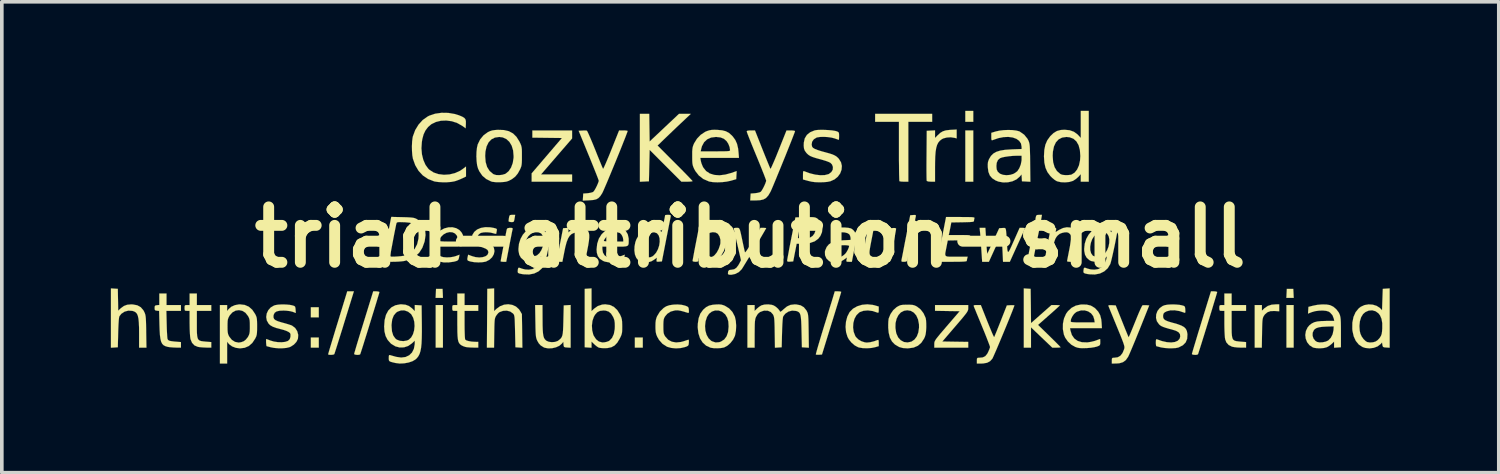
<source format=kicad_pcb>
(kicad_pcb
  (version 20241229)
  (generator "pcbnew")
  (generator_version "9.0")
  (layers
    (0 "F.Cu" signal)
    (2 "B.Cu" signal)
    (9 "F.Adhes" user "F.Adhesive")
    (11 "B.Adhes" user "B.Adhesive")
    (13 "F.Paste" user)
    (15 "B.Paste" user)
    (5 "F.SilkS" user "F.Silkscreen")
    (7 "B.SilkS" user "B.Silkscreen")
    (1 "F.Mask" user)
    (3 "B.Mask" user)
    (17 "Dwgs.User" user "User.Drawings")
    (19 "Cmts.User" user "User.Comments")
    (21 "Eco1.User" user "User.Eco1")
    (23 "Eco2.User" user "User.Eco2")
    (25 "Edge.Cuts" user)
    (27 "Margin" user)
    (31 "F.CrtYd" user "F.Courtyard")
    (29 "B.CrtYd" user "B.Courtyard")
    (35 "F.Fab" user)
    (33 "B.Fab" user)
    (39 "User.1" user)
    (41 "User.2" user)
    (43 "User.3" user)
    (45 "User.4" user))
  (footprint "triad-attribution-small"
    (layer "F.Cu")
    (at 17.583 3.474)
    (property "Reference" "triad-attribution-small" (at 0 0 0) (layer "F.SilkS") (effects (font (size 1.524 1.524) (thickness 0.3))))
    (attr through_hole)
    (fp_poly (pts (xy -11.867 2.203) (xy -12.085 2.203) (xy -12.085 1.925) (xy -11.867 1.925) (xy -11.867 2.203)) (stroke (width 0.003) (type solid)) (fill yes) (layer "F.SilkS"))
    (fp_poly (pts (xy -11.867 3.036) (xy -12.085 3.036) (xy -12.085 2.758) (xy -11.867 2.758) (xy -11.867 3.036)) (stroke (width 0.003) (type solid)) (fill yes) (layer "F.SilkS"))
    (fp_poly (pts (xy -8.453 3.036) (xy -8.652 3.036) (xy -8.652 1.865) (xy -8.453 1.865) (xy -8.453 3.036)) (stroke (width 0.003) (type solid)) (fill yes) (layer "F.SilkS"))
    (fp_poly (pts (xy -2.957 3.036) (xy -3.175 3.036) (xy -3.175 2.758) (xy -2.957 2.758) (xy -2.957 3.036)) (stroke (width 0.003) (type solid)) (fill yes) (layer "F.SilkS"))
    (fp_poly (pts (xy 6.132 -3.175) (xy 5.913 -3.175) (xy 5.913 -3.473) (xy 6.132 -3.473) (xy 6.132 -3.175)) (stroke (width 0.003) (type solid)) (fill yes) (layer "F.SilkS"))
    (fp_poly (pts (xy 6.132 -1.528) (xy 5.913 -1.528) (xy 5.913 -2.937) (xy 6.132 -2.937) (xy 6.132 -1.528)) (stroke (width 0.003) (type solid)) (fill yes) (layer "F.SilkS"))
    (fp_poly (pts (xy 14.942 3.036) (xy 14.744 3.036) (xy 14.744 1.865) (xy 14.942 1.865) (xy 14.942 3.036)) (stroke (width 0.003) (type solid)) (fill yes) (layer "F.SilkS"))
    (fp_poly (pts (xy -8.457 1.543) (xy -8.452 1.667) (xy -8.654 1.667) (xy -8.648 1.543) (xy -8.642 1.419) (xy -8.463 1.419) (xy -8.457 1.543)) (stroke (width 0.003) (type solid)) (fill yes) (layer "F.SilkS"))
    (fp_poly (pts (xy 14.938 1.543) (xy 14.944 1.667) (xy 14.742 1.667) (xy 14.748 1.543) (xy 14.754 1.419) (xy 14.932 1.419) (xy 14.938 1.543)) (stroke (width 0.003) (type solid)) (fill yes) (layer "F.SilkS"))
    (fp_poly (pts (xy -4.901 -2.716) (xy -5.329 -2.221) (xy -5.756 -1.726) (xy -4.901 -1.726) (xy -4.901 -1.528) (xy -6.013 -1.528) (xy -6.013 -1.642) (xy -6.013 -1.756) (xy -5.18 -2.729) (xy -5.586 -2.734) (xy -5.993 -2.739) (xy -5.993 -2.937) (xy -4.901 -2.937) (xy -4.901 -2.716)) (stroke (width 0.003) (type solid)) (fill yes) (layer "F.SilkS"))
    (fp_poly (pts (xy 8.006 -0.531) (xy 7.994 -0.467) (xy 7.98 -0.433) (xy 7.955 -0.419) (xy 7.911 -0.417) (xy 7.907 -0.417) (xy 7.859 -0.422) (xy 7.84 -0.44) (xy 7.838 -0.454) (xy 7.842 -0.5) (xy 7.851 -0.553) (xy 7.863 -0.593) (xy 7.886 -0.611) (xy 7.933 -0.615) (xy 7.942 -0.615) (xy 8.02 -0.615) (xy 8.006 -0.531)) (stroke (width 0.003) (type solid)) (fill yes) (layer "F.SilkS"))
    (fp_poly (pts (xy -6.48 -0.531) (xy -6.49 -0.475) (xy -6.5 -0.438) (xy -6.502 -0.432) (xy -6.527 -0.419) (xy -6.57 -0.416) (xy -6.614 -0.422) (xy -6.644 -0.434) (xy -6.647 -0.442) (xy -6.644 -0.476) (xy -6.637 -0.53) (xy -6.635 -0.541) (xy -6.624 -0.589) (xy -6.605 -0.61) (xy -6.563 -0.615) (xy -6.544 -0.615) (xy -6.466 -0.615) (xy -6.48 -0.531)) (stroke (width 0.003) (type solid)) (fill yes) (layer "F.SilkS"))
    (fp_poly (pts (xy 5.001 -3.175) (xy 4.346 -3.175) (xy 4.346 -1.528) (xy 4.23 -1.528) (xy 4.165 -1.53) (xy 4.118 -1.536) (xy 4.101 -1.541) (xy 4.098 -1.563) (xy 4.096 -1.621) (xy 4.093 -1.71) (xy 4.091 -1.825) (xy 4.09 -1.964) (xy 4.088 -2.12) (xy 4.088 -2.291) (xy 4.088 -2.365) (xy 4.088 -3.175) (xy 3.433 -3.175) (xy 3.433 -3.393) (xy 5.001 -3.393) (xy 5.001 -3.175)) (stroke (width 0.003) (type solid)) (fill yes) (layer "F.SilkS"))
    (fp_poly (pts (xy -11.165 2.342) (xy -11.219 2.519) (xy -11.271 2.684) (xy -11.318 2.834) (xy -11.359 2.965) (xy -11.393 3.072) (xy -11.419 3.152) (xy -11.435 3.201) (xy -11.44 3.215) (xy -11.464 3.227) (xy -11.509 3.233) (xy -11.558 3.234) (xy -11.597 3.229) (xy -11.609 3.22) (xy -11.604 3.198) (xy -11.588 3.143) (xy -11.563 3.057) (xy -11.529 2.945) (xy -11.488 2.81) (xy -11.442 2.657) (xy -11.391 2.489) (xy -11.347 2.347) (xy -11.084 1.488) (xy -10.901 1.488) (xy -11.165 2.342)) (stroke (width 0.003) (type solid)) (fill yes) (layer "F.SilkS"))
    (fp_poly (pts (xy 14.545 2.037) (xy 14.423 2.028) (xy 14.309 2.031) (xy 14.221 2.062) (xy 14.151 2.122) (xy 14.123 2.161) (xy 14.108 2.188) (xy 14.097 2.217) (xy 14.089 2.253) (xy 14.083 2.304) (xy 14.079 2.376) (xy 14.076 2.473) (xy 14.073 2.603) (xy 14.073 2.634) (xy 14.066 3.036) (xy 13.871 3.036) (xy 13.871 1.865) (xy 14.069 1.865) (xy 14.069 2.019) (xy 14.139 1.953) (xy 14.229 1.89) (xy 14.337 1.855) (xy 14.451 1.846) (xy 14.545 1.845) (xy 14.545 2.037)) (stroke (width 0.003) (type solid)) (fill yes) (layer "F.SilkS"))
    (fp_poly (pts (xy 7.935 -0.253) (xy 7.954 -0.239) (xy 7.953 -0.233) (xy 7.946 -0.207) (xy 7.934 -0.148) (xy 7.916 -0.062) (xy 7.894 0.045) (xy 7.87 0.168) (xy 7.857 0.233) (xy 7.77 0.675) (xy 7.695 0.675) (xy 7.647 0.67) (xy 7.621 0.657) (xy 7.62 0.653) (xy 7.624 0.628) (xy 7.634 0.571) (xy 7.649 0.489) (xy 7.668 0.389) (xy 7.69 0.278) (xy 7.712 0.163) (xy 7.734 0.052) (xy 7.754 -0.05) (xy 7.772 -0.134) (xy 7.784 -0.195) (xy 7.791 -0.223) (xy 7.811 -0.248) (xy 7.857 -0.257) (xy 7.881 -0.258) (xy 7.935 -0.253)) (stroke (width 0.003) (type solid)) (fill yes) (layer "F.SilkS"))
    (fp_poly (pts (xy -6.555 -0.255) (xy -6.535 -0.244) (xy -6.536 -0.223) (xy -6.543 -0.194) (xy -6.556 -0.132) (xy -6.573 -0.044) (xy -6.595 0.065) (xy -6.619 0.189) (xy -6.629 0.243) (xy -6.712 0.675) (xy -6.789 0.675) (xy -6.838 0.672) (xy -6.864 0.665) (xy -6.866 0.662) (xy -6.862 0.639) (xy -6.852 0.583) (xy -6.837 0.502) (xy -6.818 0.403) (xy -6.797 0.293) (xy -6.775 0.178) (xy -6.753 0.066) (xy -6.733 -0.037) (xy -6.716 -0.124) (xy -6.703 -0.188) (xy -6.695 -0.221) (xy -6.695 -0.223) (xy -6.675 -0.248) (xy -6.628 -0.257) (xy -6.605 -0.258) (xy -6.555 -0.255)) (stroke (width 0.003) (type solid)) (fill yes) (layer "F.SilkS"))
    (fp_poly (pts (xy 5.993 1.951) (xy 5.992 1.978) (xy 5.987 2.003) (xy 5.975 2.032) (xy 5.954 2.068) (xy 5.92 2.114) (xy 5.871 2.176) (xy 5.804 2.257) (xy 5.715 2.361) (xy 5.637 2.452) (xy 5.281 2.867) (xy 5.637 2.873) (xy 5.993 2.878) (xy 5.993 3.036) (xy 5.06 3.036) (xy 5.06 2.941) (xy 5.061 2.912) (xy 5.064 2.886) (xy 5.074 2.858) (xy 5.092 2.825) (xy 5.122 2.782) (xy 5.167 2.726) (xy 5.228 2.651) (xy 5.311 2.555) (xy 5.409 2.44) (xy 5.758 2.034) (xy 5.419 2.029) (xy 5.08 2.023) (xy 5.08 1.865) (xy 5.993 1.865) (xy 5.993 1.951)) (stroke (width 0.003) (type solid)) (fill yes) (layer "F.SilkS"))
    (fp_poly (pts (xy 7.615 1.413) (xy 7.709 1.419) (xy 7.715 1.89) (xy 7.72 2.361) (xy 8.282 1.865) (xy 8.398 1.865) (xy 8.459 1.867) (xy 8.501 1.87) (xy 8.513 1.874) (xy 8.499 1.889) (xy 8.459 1.926) (xy 8.399 1.981) (xy 8.322 2.05) (xy 8.233 2.129) (xy 8.213 2.146) (xy 7.913 2.411) (xy 8.223 2.713) (xy 8.313 2.802) (xy 8.394 2.881) (xy 8.459 2.947) (xy 8.506 2.995) (xy 8.53 3.022) (xy 8.533 3.026) (xy 8.515 3.031) (xy 8.468 3.035) (xy 8.419 3.036) (xy 8.305 3.036) (xy 8.012 2.757) (xy 7.719 2.477) (xy 7.719 3.036) (xy 7.521 3.036) (xy 7.521 1.407) (xy 7.615 1.413)) (stroke (width 0.003) (type solid)) (fill yes) (layer "F.SilkS"))
    (fp_poly (pts (xy -2.774 -3.013) (xy -2.768 -2.633) (xy -1.961 -3.393) (xy -1.799 -3.393) (xy -1.637 -3.392) (xy -1.915 -3.13) (xy -2.018 -3.033) (xy -2.126 -2.93) (xy -2.229 -2.831) (xy -2.32 -2.744) (xy -2.371 -2.695) (xy -2.55 -2.521) (xy -2.069 -2.039) (xy -1.956 -1.926) (xy -1.852 -1.821) (xy -1.761 -1.728) (xy -1.686 -1.65) (xy -1.63 -1.591) (xy -1.596 -1.554) (xy -1.587 -1.543) (xy -1.606 -1.536) (xy -1.654 -1.531) (xy -1.723 -1.528) (xy -1.741 -1.528) (xy -1.895 -1.528) (xy -2.332 -1.965) (xy -2.768 -2.402) (xy -2.778 -1.97) (xy -2.788 -1.538) (xy -2.912 -1.532) (xy -3.036 -1.526) (xy -3.036 -3.393) (xy -2.779 -3.393) (xy -2.774 -3.013)) (stroke (width 0.003) (type solid)) (fill yes) (layer "F.SilkS"))
    (fp_poly (pts (xy 2.465 1.491) (xy 2.496 1.499) (xy 2.5 1.503) (xy 2.494 1.525) (xy 2.478 1.58) (xy 2.452 1.666) (xy 2.418 1.778) (xy 2.377 1.912) (xy 2.33 2.065) (xy 2.278 2.233) (xy 2.235 2.371) (xy 1.971 3.225) (xy 1.893 3.231) (xy 1.84 3.232) (xy 1.807 3.227) (xy 1.803 3.225) (xy 1.806 3.204) (xy 1.82 3.15) (xy 1.843 3.066) (xy 1.875 2.956) (xy 1.914 2.826) (xy 1.958 2.678) (xy 2.007 2.518) (xy 2.017 2.485) (xy 2.07 2.316) (xy 2.12 2.154) (xy 2.166 2.004) (xy 2.207 1.87) (xy 2.242 1.759) (xy 2.267 1.675) (xy 2.283 1.624) (xy 2.283 1.622) (xy 2.323 1.488) (xy 2.412 1.488) (xy 2.465 1.491)) (stroke (width 0.003) (type solid)) (fill yes) (layer "F.SilkS"))
    (fp_poly (pts (xy 4.552 -0.604) (xy 4.553 -0.582) (xy 4.552 -0.581) (xy 4.547 -0.553) (xy 4.534 -0.492) (xy 4.517 -0.401) (xy 4.494 -0.288) (xy 4.469 -0.156) (xy 4.441 -0.012) (xy 4.435 0.02) (xy 4.407 0.167) (xy 4.38 0.302) (xy 4.357 0.421) (xy 4.338 0.519) (xy 4.324 0.589) (xy 4.316 0.627) (xy 4.316 0.63) (xy 4.302 0.66) (xy 4.27 0.672) (xy 4.227 0.675) (xy 4.177 0.673) (xy 4.157 0.662) (xy 4.157 0.631) (xy 4.161 0.61) (xy 4.168 0.575) (xy 4.182 0.506) (xy 4.201 0.409) (xy 4.224 0.289) (xy 4.25 0.153) (xy 4.279 0.006) (xy 4.286 -0.03) (xy 4.398 -0.605) (xy 4.479 -0.611) (xy 4.531 -0.613) (xy 4.552 -0.604)) (stroke (width 0.003) (type solid)) (fill yes) (layer "F.SilkS"))
    (fp_poly (pts (xy -10.233 1.493) (xy -10.203 1.503) (xy -10.2 1.509) (xy -10.205 1.532) (xy -10.221 1.587) (xy -10.247 1.672) (xy -10.279 1.78) (xy -10.318 1.907) (xy -10.361 2.048) (xy -10.408 2.199) (xy -10.456 2.355) (xy -10.504 2.512) (xy -10.551 2.663) (xy -10.596 2.806) (xy -10.636 2.935) (xy -10.671 3.045) (xy -10.699 3.132) (xy -10.718 3.191) (xy -10.728 3.218) (xy -10.728 3.219) (xy -10.753 3.231) (xy -10.798 3.235) (xy -10.846 3.232) (xy -10.883 3.222) (xy -10.894 3.211) (xy -10.889 3.187) (xy -10.872 3.13) (xy -10.847 3.043) (xy -10.813 2.929) (xy -10.772 2.793) (xy -10.725 2.64) (xy -10.673 2.471) (xy -10.632 2.338) (xy -10.37 1.488) (xy -10.285 1.488) (xy -10.233 1.493)) (stroke (width 0.003) (type solid)) (fill yes) (layer "F.SilkS"))
    (fp_poly (pts (xy 12.805 1.492) (xy 12.836 1.503) (xy 12.839 1.508) (xy 12.833 1.53) (xy 12.817 1.586) (xy 12.792 1.67) (xy 12.759 1.778) (xy 12.721 1.905) (xy 12.678 2.047) (xy 12.631 2.198) (xy 12.583 2.354) (xy 12.535 2.51) (xy 12.488 2.662) (xy 12.443 2.805) (xy 12.403 2.934) (xy 12.368 3.044) (xy 12.34 3.131) (xy 12.321 3.191) (xy 12.311 3.217) (xy 12.311 3.218) (xy 12.286 3.23) (xy 12.241 3.235) (xy 12.193 3.232) (xy 12.155 3.223) (xy 12.144 3.211) (xy 12.15 3.188) (xy 12.166 3.131) (xy 12.192 3.043) (xy 12.226 2.93) (xy 12.267 2.794) (xy 12.313 2.64) (xy 12.365 2.472) (xy 12.406 2.338) (xy 12.668 1.488) (xy 12.753 1.488) (xy 12.805 1.492)) (stroke (width 0.003) (type solid)) (fill yes) (layer "F.SilkS"))
    (fp_poly (pts (xy 5.675 -2.718) (xy 5.621 -2.733) (xy 5.515 -2.749) (xy 5.406 -2.743) (xy 5.309 -2.718) (xy 5.263 -2.694) (xy 5.211 -2.653) (xy 5.169 -2.603) (xy 5.137 -2.539) (xy 5.113 -2.457) (xy 5.096 -2.353) (xy 5.086 -2.222) (xy 5.081 -2.059) (xy 5.08 -1.912) (xy 5.08 -1.528) (xy 4.97 -1.528) (xy 4.897 -1.533) (xy 4.857 -1.546) (xy 4.851 -1.553) (xy 4.849 -1.578) (xy 4.847 -1.638) (xy 4.846 -1.728) (xy 4.845 -1.844) (xy 4.845 -1.98) (xy 4.846 -2.132) (xy 4.847 -2.252) (xy 4.852 -2.927) (xy 4.966 -2.933) (xy 5.08 -2.939) (xy 5.08 -2.73) (xy 5.153 -2.805) (xy 5.224 -2.87) (xy 5.294 -2.912) (xy 5.375 -2.938) (xy 5.481 -2.951) (xy 5.512 -2.953) (xy 5.675 -2.962) (xy 5.675 -2.718)) (stroke (width 0.003) (type solid)) (fill yes) (layer "F.SilkS"))
    (fp_poly (pts (xy -16.054 1.865) (xy -15.657 1.865) (xy -15.657 2.024) (xy -16.058 2.024) (xy -16.049 2.396) (xy -16.046 2.516) (xy -16.041 2.623) (xy -16.036 2.711) (xy -16.031 2.773) (xy -16.026 2.801) (xy -16.009 2.826) (xy -15.982 2.844) (xy -15.935 2.856) (xy -15.86 2.866) (xy -15.803 2.871) (xy -15.657 2.883) (xy -15.657 3.036) (xy -15.801 3.034) (xy -15.886 3.03) (xy -15.967 3.023) (xy -16.023 3.014) (xy -16.086 2.995) (xy -16.136 2.968) (xy -16.174 2.928) (xy -16.202 2.871) (xy -16.221 2.793) (xy -16.235 2.688) (xy -16.243 2.551) (xy -16.248 2.407) (xy -16.257 2.026) (xy -16.319 2.02) (xy -16.361 2.012) (xy -16.378 1.99) (xy -16.381 1.945) (xy -16.377 1.898) (xy -16.359 1.877) (xy -16.317 1.869) (xy -16.252 1.863) (xy -16.252 1.548) (xy -16.054 1.548) (xy -16.054 1.865)) (stroke (width 0.003) (type solid)) (fill yes) (layer "F.SilkS"))
    (fp_poly (pts (xy -15.22 1.865) (xy -14.823 1.865) (xy -14.823 2.024) (xy -15.22 2.024) (xy -15.22 2.359) (xy -15.22 2.511) (xy -15.218 2.628) (xy -15.211 2.715) (xy -15.198 2.776) (xy -15.176 2.817) (xy -15.143 2.842) (xy -15.096 2.857) (xy -15.034 2.865) (xy -14.973 2.871) (xy -14.823 2.883) (xy -14.823 3.036) (xy -14.967 3.034) (xy -15.053 3.03) (xy -15.135 3.023) (xy -15.192 3.014) (xy -15.284 2.975) (xy -15.351 2.905) (xy -15.393 2.805) (xy -15.398 2.78) (xy -15.405 2.723) (xy -15.411 2.636) (xy -15.416 2.529) (xy -15.418 2.411) (xy -15.419 2.349) (xy -15.419 2.024) (xy -15.488 2.024) (xy -15.533 2.022) (xy -15.552 2.007) (xy -15.557 1.968) (xy -15.557 1.945) (xy -15.555 1.894) (xy -15.542 1.871) (xy -15.509 1.865) (xy -15.488 1.865) (xy -15.419 1.865) (xy -15.419 1.548) (xy -15.22 1.548) (xy -15.22 1.865)) (stroke (width 0.003) (type solid)) (fill yes) (layer "F.SilkS"))
    (fp_poly (pts (xy 13.236 1.865) (xy 13.633 1.865) (xy 13.633 2.024) (xy 13.236 2.024) (xy 13.236 2.359) (xy 13.236 2.511) (xy 13.238 2.628) (xy 13.245 2.715) (xy 13.258 2.776) (xy 13.28 2.817) (xy 13.313 2.842) (xy 13.36 2.857) (xy 13.422 2.865) (xy 13.483 2.871) (xy 13.633 2.883) (xy 13.633 3.036) (xy 13.479 3.035) (xy 13.393 3.031) (xy 13.311 3.022) (xy 13.252 3.01) (xy 13.249 3.01) (xy 13.156 2.964) (xy 13.092 2.892) (xy 13.06 2.809) (xy 13.052 2.76) (xy 13.046 2.68) (xy 13.041 2.577) (xy 13.038 2.461) (xy 13.037 2.372) (xy 13.037 2.024) (xy 12.968 2.024) (xy 12.923 2.022) (xy 12.904 2.007) (xy 12.899 1.968) (xy 12.898 1.945) (xy 12.901 1.894) (xy 12.914 1.871) (xy 12.947 1.865) (xy 12.968 1.865) (xy 13.037 1.865) (xy 13.037 1.548) (xy 13.236 1.548) (xy 13.236 1.865)) (stroke (width 0.003) (type solid)) (fill yes) (layer "F.SilkS"))
    (fp_poly (pts (xy -17.487 1.413) (xy -17.393 1.419) (xy -17.382 2.019) (xy -17.31 1.952) (xy -17.227 1.891) (xy -17.137 1.857) (xy -17.028 1.847) (xy -16.977 1.849) (xy -16.857 1.872) (xy -16.761 1.926) (xy -16.688 2.012) (xy -16.662 2.062) (xy -16.648 2.095) (xy -16.637 2.13) (xy -16.629 2.174) (xy -16.623 2.232) (xy -16.619 2.31) (xy -16.616 2.415) (xy -16.613 2.551) (xy -16.613 2.595) (xy -16.606 3.036) (xy -16.808 3.036) (xy -16.808 2.654) (xy -16.809 2.482) (xy -16.815 2.346) (xy -16.825 2.241) (xy -16.842 2.162) (xy -16.866 2.105) (xy -16.9 2.066) (xy -16.944 2.04) (xy -16.996 2.024) (xy -17.105 2.018) (xy -17.208 2.046) (xy -17.296 2.104) (xy -17.35 2.173) (xy -17.359 2.208) (xy -17.367 2.28) (xy -17.374 2.385) (xy -17.38 2.519) (xy -17.383 2.619) (xy -17.393 3.026) (xy -17.487 3.032) (xy -17.582 3.038) (xy -17.582 1.407) (xy -17.487 1.413)) (stroke (width 0.003) (type solid)) (fill yes) (layer "F.SilkS"))
    (fp_poly (pts (xy -7.858 1.865) (xy -7.481 1.865) (xy -7.481 2.024) (xy -7.858 2.024) (xy -7.858 2.406) (xy -7.857 2.527) (xy -7.854 2.634) (xy -7.851 2.723) (xy -7.846 2.785) (xy -7.841 2.814) (xy -7.84 2.815) (xy -7.808 2.837) (xy -7.746 2.856) (xy -7.665 2.87) (xy -7.575 2.876) (xy -7.565 2.876) (xy -7.481 2.877) (xy -7.481 3.036) (xy -7.625 3.034) (xy -7.707 3.031) (xy -7.782 3.025) (xy -7.833 3.017) (xy -7.897 2.995) (xy -7.949 2.968) (xy -7.983 2.941) (xy -8.009 2.908) (xy -8.029 2.863) (xy -8.042 2.801) (xy -8.05 2.717) (xy -8.055 2.605) (xy -8.056 2.461) (xy -8.057 2.412) (xy -8.057 2.024) (xy -8.126 2.024) (xy -8.17 2.022) (xy -8.19 2.007) (xy -8.195 1.968) (xy -8.195 1.945) (xy -8.193 1.894) (xy -8.18 1.871) (xy -8.147 1.865) (xy -8.126 1.865) (xy -8.057 1.865) (xy -8.057 1.548) (xy -7.858 1.548) (xy -7.858 1.865)) (stroke (width 0.003) (type solid)) (fill yes) (layer "F.SilkS"))
    (fp_poly (pts (xy -7.045 2.032) (xy -6.98 1.969) (xy -6.881 1.897) (xy -6.771 1.855) (xy -6.657 1.843) (xy -6.545 1.861) (xy -6.445 1.906) (xy -6.363 1.98) (xy -6.335 2.021) (xy -6.281 2.113) (xy -6.274 2.576) (xy -6.268 3.038) (xy -6.364 3.032) (xy -6.459 3.026) (xy -6.469 2.586) (xy -6.472 2.443) (xy -6.476 2.334) (xy -6.479 2.254) (xy -6.484 2.197) (xy -6.491 2.159) (xy -6.499 2.132) (xy -6.511 2.113) (xy -6.527 2.095) (xy -6.527 2.095) (xy -6.603 2.042) (xy -6.697 2.018) (xy -6.8 2.024) (xy -6.899 2.06) (xy -6.936 2.091) (xy -6.977 2.141) (xy -6.988 2.158) (xy -7.004 2.185) (xy -7.016 2.214) (xy -7.025 2.249) (xy -7.031 2.298) (xy -7.035 2.366) (xy -7.038 2.459) (xy -7.04 2.584) (xy -7.041 2.634) (xy -7.047 3.036) (xy -7.243 3.036) (xy -7.238 2.227) (xy -7.233 1.419) (xy -7.139 1.413) (xy -7.045 1.407) (xy -7.045 2.032)) (stroke (width 0.003) (type solid)) (fill yes) (layer "F.SilkS"))
    (fp_poly (pts (xy 3.365 1.86) (xy 3.42 1.873) (xy 3.532 1.906) (xy 3.532 1.997) (xy 3.53 2.052) (xy 3.522 2.075) (xy 3.504 2.075) (xy 3.497 2.073) (xy 3.365 2.029) (xy 3.234 2.012) (xy 3.114 2.022) (xy 3.013 2.058) (xy 2.994 2.07) (xy 2.919 2.143) (xy 2.865 2.241) (xy 2.834 2.356) (xy 2.826 2.479) (xy 2.842 2.6) (xy 2.885 2.712) (xy 2.903 2.742) (xy 2.966 2.807) (xy 3.054 2.86) (xy 3.15 2.891) (xy 3.206 2.897) (xy 3.296 2.888) (xy 3.402 2.862) (xy 3.497 2.828) (xy 3.519 2.824) (xy 3.529 2.842) (xy 3.532 2.889) (xy 3.532 2.904) (xy 3.532 2.995) (xy 3.429 3.025) (xy 3.327 3.045) (xy 3.209 3.053) (xy 3.092 3.049) (xy 2.99 3.032) (xy 2.963 3.023) (xy 2.873 2.975) (xy 2.785 2.9) (xy 2.711 2.809) (xy 2.674 2.742) (xy 2.634 2.611) (xy 2.62 2.467) (xy 2.632 2.321) (xy 2.668 2.183) (xy 2.728 2.065) (xy 2.737 2.053) (xy 2.825 1.964) (xy 2.94 1.899) (xy 3.073 1.858) (xy 3.217 1.845) (xy 3.365 1.86)) (stroke (width 0.003) (type solid)) (fill yes) (layer "F.SilkS"))
    (fp_poly (pts (xy -4.941 3.038) (xy -5.035 3.032) (xy -5.092 3.027) (xy -5.121 3.015) (xy -5.132 2.987) (xy -5.136 2.951) (xy -5.142 2.875) (xy -5.181 2.924) (xy -5.25 2.984) (xy -5.344 3.027) (xy -5.451 3.052) (xy -5.559 3.056) (xy -5.656 3.038) (xy -5.685 3.025) (xy -5.764 2.975) (xy -5.819 2.914) (xy -5.862 2.838) (xy -5.875 2.805) (xy -5.886 2.77) (xy -5.894 2.726) (xy -5.9 2.667) (xy -5.904 2.588) (xy -5.907 2.483) (xy -5.909 2.346) (xy -5.91 2.307) (xy -5.917 1.865) (xy -5.715 1.865) (xy -5.713 2.267) (xy -5.712 2.425) (xy -5.708 2.549) (xy -5.701 2.643) (xy -5.69 2.714) (xy -5.674 2.766) (xy -5.652 2.804) (xy -5.623 2.834) (xy -5.609 2.846) (xy -5.543 2.875) (xy -5.458 2.886) (xy -5.371 2.879) (xy -5.298 2.854) (xy -5.283 2.844) (xy -5.241 2.811) (xy -5.208 2.78) (xy -5.185 2.744) (xy -5.168 2.699) (xy -5.156 2.637) (xy -5.149 2.554) (xy -5.144 2.444) (xy -5.14 2.3) (xy -5.14 2.286) (xy -5.13 1.875) (xy -5.035 1.869) (xy -4.941 1.863) (xy -4.941 3.038)) (stroke (width 0.003) (type solid)) (fill yes) (layer "F.SilkS"))
    (fp_poly (pts (xy 3.365 -0.255) (xy 3.392 -0.246) (xy 3.393 -0.243) (xy 3.389 -0.219) (xy 3.379 -0.164) (xy 3.364 -0.084) (xy 3.345 0.014) (xy 3.334 0.069) (xy 3.308 0.204) (xy 3.29 0.305) (xy 3.28 0.378) (xy 3.278 0.431) (xy 3.283 0.468) (xy 3.296 0.494) (xy 3.314 0.516) (xy 3.371 0.548) (xy 3.447 0.556) (xy 3.528 0.542) (xy 3.592 0.511) (xy 3.641 0.474) (xy 3.68 0.433) (xy 3.711 0.383) (xy 3.738 0.315) (xy 3.763 0.224) (xy 3.79 0.103) (xy 3.8 0.054) (xy 3.862 -0.248) (xy 3.935 -0.254) (xy 3.989 -0.253) (xy 4.009 -0.237) (xy 4.009 -0.234) (xy 4.006 -0.208) (xy 3.996 -0.149) (xy 3.98 -0.062) (xy 3.961 0.045) (xy 3.938 0.168) (xy 3.925 0.233) (xy 3.841 0.675) (xy 3.764 0.675) (xy 3.714 0.673) (xy 3.694 0.661) (xy 3.693 0.631) (xy 3.695 0.618) (xy 3.703 0.562) (xy 3.606 0.622) (xy 3.512 0.666) (xy 3.41 0.689) (xy 3.313 0.69) (xy 3.234 0.667) (xy 3.23 0.665) (xy 3.167 0.608) (xy 3.127 0.527) (xy 3.115 0.448) (xy 3.119 0.404) (xy 3.13 0.33) (xy 3.145 0.235) (xy 3.165 0.126) (xy 3.177 0.06) (xy 3.239 -0.258) (xy 3.316 -0.258) (xy 3.365 -0.255)) (stroke (width 0.003) (type solid)) (fill yes) (layer "F.SilkS"))
    (fp_poly (pts (xy 1.697 -0.553) (xy 1.751 -0.549) (xy 1.789 -0.541) (xy 1.819 -0.528) (xy 1.847 -0.511) (xy 1.921 -0.439) (xy 1.967 -0.348) (xy 1.984 -0.245) (xy 1.971 -0.138) (xy 1.928 -0.036) (xy 1.868 0.042) (xy 1.772 0.112) (xy 1.646 0.156) (xy 1.491 0.177) (xy 1.428 0.179) (xy 1.275 0.179) (xy 1.227 0.422) (xy 1.18 0.665) (xy 1.096 0.671) (xy 1.042 0.672) (xy 1.018 0.663) (xy 1.013 0.641) (xy 1.017 0.613) (xy 1.028 0.551) (xy 1.045 0.461) (xy 1.066 0.347) (xy 1.091 0.216) (xy 1.119 0.071) (xy 1.128 0.03) (xy 1.131 0.012) (xy 1.31 0.012) (xy 1.328 0.028) (xy 1.374 0.038) (xy 1.44 0.04) (xy 1.514 0.036) (xy 1.586 0.025) (xy 1.647 0.008) (xy 1.647 0.007) (xy 1.714 -0.036) (xy 1.762 -0.099) (xy 1.791 -0.174) (xy 1.799 -0.251) (xy 1.784 -0.321) (xy 1.744 -0.376) (xy 1.715 -0.394) (xy 1.68 -0.403) (xy 1.622 -0.41) (xy 1.554 -0.415) (xy 1.486 -0.418) (xy 1.429 -0.417) (xy 1.394 -0.413) (xy 1.389 -0.409) (xy 1.385 -0.387) (xy 1.375 -0.336) (xy 1.361 -0.263) (xy 1.349 -0.208) (xy 1.332 -0.123) (xy 1.319 -0.051) (xy 1.311 -0.002) (xy 1.31 0.012) (xy 1.131 0.012) (xy 1.241 -0.546) (xy 1.51 -0.551) (xy 1.619 -0.553) (xy 1.697 -0.553)) (stroke (width 0.003) (type solid)) (fill yes) (layer "F.SilkS"))
    (fp_poly (pts (xy 8.801 -0.267) (xy 8.884 -0.234) (xy 8.944 -0.173) (xy 8.958 -0.149) (xy 8.973 -0.113) (xy 8.983 -0.076) (xy 8.986 -0.033) (xy 8.983 0.024) (xy 8.973 0.1) (xy 8.956 0.201) (xy 8.931 0.334) (xy 8.928 0.352) (xy 8.866 0.675) (xy 8.789 0.675) (xy 8.74 0.671) (xy 8.713 0.663) (xy 8.711 0.66) (xy 8.715 0.636) (xy 8.725 0.581) (xy 8.741 0.5) (xy 8.76 0.403) (xy 8.771 0.347) (xy 8.796 0.215) (xy 8.814 0.116) (xy 8.824 0.044) (xy 8.826 -0.008) (xy 8.821 -0.043) (xy 8.808 -0.07) (xy 8.787 -0.093) (xy 8.782 -0.098) (xy 8.743 -0.127) (xy 8.7 -0.137) (xy 8.641 -0.134) (xy 8.572 -0.119) (xy 8.512 -0.095) (xy 8.497 -0.085) (xy 8.452 -0.048) (xy 8.417 -0.006) (xy 8.387 0.047) (xy 8.362 0.118) (xy 8.336 0.214) (xy 8.309 0.342) (xy 8.304 0.363) (xy 8.243 0.665) (xy 8.169 0.671) (xy 8.115 0.67) (xy 8.096 0.653) (xy 8.096 0.651) (xy 8.099 0.625) (xy 8.109 0.565) (xy 8.124 0.479) (xy 8.144 0.371) (xy 8.167 0.248) (xy 8.179 0.184) (xy 8.263 -0.258) (xy 8.341 -0.258) (xy 8.391 -0.256) (xy 8.41 -0.245) (xy 8.41 -0.215) (xy 8.407 -0.2) (xy 8.395 -0.141) (xy 8.494 -0.203) (xy 8.6 -0.253) (xy 8.704 -0.274) (xy 8.801 -0.267)) (stroke (width 0.003) (type solid)) (fill yes) (layer "F.SilkS"))
    (fp_poly (pts (xy -8.305 -3.419) (xy -8.123 -3.388) (xy -8.014 -3.354) (xy -7.925 -3.317) (xy -7.867 -3.283) (xy -7.835 -3.245) (xy -7.822 -3.194) (xy -7.822 -3.122) (xy -7.822 -3.119) (xy -7.828 -2.996) (xy -7.927 -3.067) (xy -8.061 -3.142) (xy -8.207 -3.19) (xy -8.358 -3.21) (xy -8.507 -3.204) (xy -8.647 -3.17) (xy -8.77 -3.11) (xy -8.862 -3.031) (xy -8.933 -2.937) (xy -8.984 -2.831) (xy -9.019 -2.702) (xy -9.032 -2.621) (xy -9.044 -2.447) (xy -9.03 -2.28) (xy -8.992 -2.126) (xy -8.933 -1.991) (xy -8.855 -1.884) (xy -8.823 -1.854) (xy -8.708 -1.78) (xy -8.573 -1.735) (xy -8.424 -1.717) (xy -8.271 -1.727) (xy -8.12 -1.764) (xy -7.979 -1.828) (xy -7.907 -1.877) (xy -7.818 -1.944) (xy -7.818 -1.67) (xy -7.925 -1.618) (xy -8.007 -1.582) (xy -8.097 -1.549) (xy -8.139 -1.537) (xy -8.23 -1.521) (xy -8.344 -1.512) (xy -8.467 -1.512) (xy -8.583 -1.519) (xy -8.678 -1.533) (xy -8.694 -1.537) (xy -8.86 -1.602) (xy -9.004 -1.699) (xy -9.122 -1.826) (xy -9.214 -1.981) (xy -9.277 -2.157) (xy -9.294 -2.253) (xy -9.303 -2.373) (xy -9.305 -2.502) (xy -9.3 -2.628) (xy -9.287 -2.735) (xy -9.278 -2.776) (xy -9.215 -2.946) (xy -9.123 -3.097) (xy -9.008 -3.224) (xy -8.872 -3.32) (xy -8.825 -3.344) (xy -8.666 -3.397) (xy -8.489 -3.422) (xy -8.305 -3.419)) (stroke (width 0.003) (type solid)) (fill yes) (layer "F.SilkS"))
    (fp_poly (pts (xy -1.889 1.858) (xy -1.796 1.88) (xy -1.738 1.902) (xy -1.708 1.923) (xy -1.695 1.956) (xy -1.69 2.002) (xy -1.688 2.055) (xy -1.694 2.078) (xy -1.714 2.079) (xy -1.73 2.075) (xy -1.839 2.042) (xy -1.92 2.021) (xy -1.983 2.011) (xy -2.038 2.01) (xy -2.07 2.012) (xy -2.188 2.043) (xy -2.285 2.106) (xy -2.346 2.179) (xy -2.367 2.218) (xy -2.381 2.26) (xy -2.388 2.315) (xy -2.391 2.392) (xy -2.391 2.452) (xy -2.39 2.546) (xy -2.386 2.61) (xy -2.377 2.656) (xy -2.361 2.694) (xy -2.337 2.734) (xy -2.258 2.82) (xy -2.158 2.873) (xy -2.04 2.894) (xy -1.908 2.881) (xy -1.831 2.86) (xy -1.766 2.838) (xy -1.718 2.823) (xy -1.696 2.818) (xy -1.69 2.835) (xy -1.689 2.88) (xy -1.691 2.902) (xy -1.696 2.952) (xy -1.711 2.981) (xy -1.745 3.002) (xy -1.796 3.02) (xy -1.916 3.048) (xy -2.047 3.056) (xy -2.173 3.044) (xy -2.281 3.014) (xy -2.292 3.009) (xy -2.415 2.93) (xy -2.511 2.821) (xy -2.563 2.729) (xy -2.587 2.667) (xy -2.601 2.602) (xy -2.607 2.521) (xy -2.608 2.451) (xy -2.606 2.351) (xy -2.597 2.277) (xy -2.58 2.215) (xy -2.563 2.173) (xy -2.486 2.046) (xy -2.384 1.946) (xy -2.312 1.9) (xy -2.228 1.871) (xy -2.121 1.854) (xy -2.003 1.849) (xy -1.889 1.858)) (stroke (width 0.003) (type solid)) (fill yes) (layer "F.SilkS"))
    (fp_poly (pts (xy -0.796 1.853) (xy -0.734 1.871) (xy -0.698 1.886) (xy -0.584 1.956) (xy -0.492 2.055) (xy -0.427 2.179) (xy -0.423 2.191) (xy -0.398 2.303) (xy -0.389 2.434) (xy -0.395 2.569) (xy -0.417 2.689) (xy -0.425 2.717) (xy -0.474 2.816) (xy -0.545 2.907) (xy -0.629 2.982) (xy -0.717 3.029) (xy -0.727 3.032) (xy -0.807 3.047) (xy -0.905 3.053) (xy -1.004 3.051) (xy -1.085 3.039) (xy -1.096 3.036) (xy -1.215 2.981) (xy -1.31 2.895) (xy -1.382 2.781) (xy -1.427 2.642) (xy -1.446 2.481) (xy -1.445 2.443) (xy -1.245 2.443) (xy -1.235 2.567) (xy -1.203 2.682) (xy -1.15 2.777) (xy -1.078 2.847) (xy -1.051 2.862) (xy -0.954 2.894) (xy -0.857 2.887) (xy -0.807 2.87) (xy -0.717 2.812) (xy -0.651 2.723) (xy -0.61 2.605) (xy -0.596 2.459) (xy -0.596 2.451) (xy -0.604 2.319) (xy -0.633 2.215) (xy -0.683 2.13) (xy -0.697 2.114) (xy -0.779 2.047) (xy -0.871 2.014) (xy -0.967 2.013) (xy -1.058 2.044) (xy -1.136 2.105) (xy -1.192 2.191) (xy -1.231 2.315) (xy -1.245 2.443) (xy -1.445 2.443) (xy -1.443 2.379) (xy -1.42 2.225) (xy -1.373 2.099) (xy -1.299 1.997) (xy -1.291 1.989) (xy -1.215 1.923) (xy -1.135 1.881) (xy -1.038 1.858) (xy -0.952 1.85) (xy -0.863 1.847) (xy -0.796 1.853)) (stroke (width 0.003) (type solid)) (fill yes) (layer "F.SilkS"))
    (fp_poly (pts (xy -0.327 -0.256) (xy -0.31 -0.245) (xy -0.295 -0.222) (xy -0.28 -0.182) (xy -0.264 -0.118) (xy -0.244 -0.028) (xy -0.218 0.095) (xy -0.209 0.139) (xy -0.188 0.235) (xy -0.17 0.319) (xy -0.155 0.382) (xy -0.147 0.415) (xy -0.147 0.416) (xy -0.134 0.409) (xy -0.104 0.372) (xy -0.06 0.307) (xy -0.003 0.218) (xy 0.063 0.109) (xy 0.072 0.094) (xy 0.281 -0.258) (xy 0.359 -0.258) (xy 0.408 -0.256) (xy 0.435 -0.251) (xy 0.437 -0.249) (xy 0.427 -0.23) (xy 0.399 -0.181) (xy 0.357 -0.109) (xy 0.303 -0.017) (xy 0.241 0.089) (xy 0.172 0.205) (xy 0.1 0.325) (xy 0.029 0.445) (xy -0.04 0.56) (xy -0.103 0.664) (xy -0.158 0.754) (xy -0.2 0.823) (xy -0.229 0.868) (xy -0.235 0.878) (xy -0.313 0.956) (xy -0.412 1.009) (xy -0.52 1.032) (xy -0.532 1.032) (xy -0.586 1.029) (xy -0.61 1.016) (xy -0.615 0.994) (xy -0.607 0.933) (xy -0.577 0.902) (xy -0.518 0.893) (xy -0.513 0.893) (xy -0.443 0.881) (xy -0.383 0.841) (xy -0.327 0.768) (xy -0.298 0.716) (xy -0.256 0.632) (xy -0.356 0.199) (xy -0.385 0.074) (xy -0.411 -0.039) (xy -0.432 -0.132) (xy -0.447 -0.201) (xy -0.455 -0.24) (xy -0.456 -0.246) (xy -0.439 -0.253) (xy -0.395 -0.258) (xy -0.378 -0.258) (xy -0.349 -0.258) (xy -0.327 -0.256)) (stroke (width 0.003) (type solid)) (fill yes) (layer "F.SilkS"))
    (fp_poly (pts (xy 9.307 -1.528) (xy 9.088 -1.528) (xy 9.088 -1.734) (xy 9.021 -1.661) (xy 8.96 -1.607) (xy 8.889 -1.559) (xy 8.868 -1.548) (xy 8.772 -1.52) (xy 8.658 -1.509) (xy 8.543 -1.514) (xy 8.443 -1.537) (xy 8.423 -1.545) (xy 8.368 -1.579) (xy 8.303 -1.633) (xy 8.25 -1.686) (xy 8.171 -1.792) (xy 8.118 -1.911) (xy 8.087 -2.052) (xy 8.076 -2.22) (xy 8.076 -2.232) (xy 8.315 -2.232) (xy 8.328 -2.066) (xy 8.367 -1.928) (xy 8.432 -1.82) (xy 8.524 -1.741) (xy 8.543 -1.73) (xy 8.592 -1.715) (xy 8.663 -1.708) (xy 8.741 -1.709) (xy 8.81 -1.717) (xy 8.835 -1.724) (xy 8.92 -1.777) (xy 8.988 -1.863) (xy 9.039 -1.976) (xy 9.068 -2.112) (xy 9.076 -2.232) (xy 9.064 -2.397) (xy 9.028 -2.532) (xy 8.968 -2.636) (xy 8.886 -2.709) (xy 8.782 -2.749) (xy 8.692 -2.758) (xy 8.575 -2.741) (xy 8.478 -2.691) (xy 8.403 -2.609) (xy 8.35 -2.496) (xy 8.321 -2.353) (xy 8.315 -2.232) (xy 8.076 -2.232) (xy 8.086 -2.403) (xy 8.115 -2.545) (xy 8.167 -2.665) (xy 8.244 -2.772) (xy 8.25 -2.779) (xy 8.341 -2.867) (xy 8.432 -2.921) (xy 8.536 -2.949) (xy 8.642 -2.956) (xy 8.783 -2.942) (xy 8.899 -2.9) (xy 8.999 -2.827) (xy 9.021 -2.804) (xy 9.088 -2.731) (xy 9.088 -3.473) (xy 9.307 -3.473) (xy 9.307 -1.528)) (stroke (width 0.003) (type solid)) (fill yes) (layer "F.SilkS"))
    (fp_poly (pts (xy 17.582 3.038) (xy 17.487 3.032) (xy 17.43 3.027) (xy 17.401 3.014) (xy 17.388 2.987) (xy 17.383 2.959) (xy 17.373 2.893) (xy 17.334 2.937) (xy 17.251 3.001) (xy 17.146 3.041) (xy 17.03 3.056) (xy 16.913 3.044) (xy 16.837 3.019) (xy 16.734 2.951) (xy 16.652 2.852) (xy 16.594 2.725) (xy 16.56 2.575) (xy 16.555 2.523) (xy 16.556 2.441) (xy 16.75 2.441) (xy 16.759 2.572) (xy 16.777 2.651) (xy 16.812 2.729) (xy 16.865 2.803) (xy 16.925 2.86) (xy 16.966 2.883) (xy 17.039 2.895) (xy 17.125 2.889) (xy 17.194 2.869) (xy 17.249 2.833) (xy 17.303 2.776) (xy 17.316 2.758) (xy 17.345 2.709) (xy 17.363 2.658) (xy 17.373 2.592) (xy 17.379 2.508) (xy 17.379 2.362) (xy 17.359 2.244) (xy 17.319 2.151) (xy 17.275 2.093) (xy 17.195 2.035) (xy 17.102 2.009) (xy 17.006 2.017) (xy 16.915 2.057) (xy 16.851 2.112) (xy 16.797 2.2) (xy 16.763 2.313) (xy 16.75 2.441) (xy 16.556 2.441) (xy 16.557 2.347) (xy 16.588 2.192) (xy 16.646 2.061) (xy 16.731 1.957) (xy 16.789 1.912) (xy 16.889 1.866) (xy 17.002 1.847) (xy 17.117 1.854) (xy 17.224 1.887) (xy 17.312 1.943) (xy 17.326 1.957) (xy 17.373 2.008) (xy 17.383 1.713) (xy 17.393 1.419) (xy 17.487 1.413) (xy 17.582 1.407) (xy 17.582 3.038)) (stroke (width 0.003) (type solid)) (fill yes) (layer "F.SilkS"))
    (fp_poly (pts (xy -4.587 -0.262) (xy -4.51 -0.223) (xy -4.456 -0.161) (xy -4.455 -0.159) (xy -4.438 -0.115) (xy -4.429 -0.061) (xy -4.429 0.008) (xy -4.438 0.099) (xy -4.456 0.216) (xy -4.485 0.366) (xy -4.485 0.367) (xy -4.505 0.47) (xy -4.523 0.559) (xy -4.536 0.625) (xy -4.543 0.663) (xy -4.544 0.67) (xy -4.562 0.673) (xy -4.606 0.675) (xy -4.624 0.675) (xy -4.673 0.673) (xy -4.701 0.669) (xy -4.703 0.668) (xy -4.699 0.647) (xy -4.689 0.594) (xy -4.673 0.516) (xy -4.654 0.42) (xy -4.643 0.367) (xy -4.616 0.229) (xy -4.598 0.123) (xy -4.588 0.045) (xy -4.587 -0.012) (xy -4.594 -0.052) (xy -4.61 -0.083) (xy -4.626 -0.102) (xy -4.66 -0.127) (xy -4.702 -0.137) (xy -4.766 -0.134) (xy -4.847 -0.119) (xy -4.913 -0.089) (xy -4.968 -0.038) (xy -5.013 0.036) (xy -5.052 0.138) (xy -5.088 0.273) (xy -5.112 0.39) (xy -5.168 0.675) (xy -5.243 0.675) (xy -5.294 0.671) (xy -5.315 0.655) (xy -5.317 0.64) (xy -5.313 0.611) (xy -5.302 0.549) (xy -5.286 0.461) (xy -5.265 0.352) (xy -5.242 0.229) (xy -5.232 0.179) (xy -5.148 -0.248) (xy -5.074 -0.254) (xy -5.026 -0.256) (xy -5.005 -0.244) (xy -5.001 -0.208) (xy -5.001 -0.196) (xy -5.001 -0.132) (xy -4.956 -0.174) (xy -4.872 -0.233) (xy -4.776 -0.267) (xy -4.679 -0.277) (xy -4.587 -0.262)) (stroke (width 0.003) (type solid)) (fill yes) (layer "F.SilkS"))
    (fp_poly (pts (xy 10.875 1.868) (xy 10.89 1.869) (xy 10.97 1.875) (xy 10.708 2.531) (xy 10.644 2.688) (xy 10.583 2.838) (xy 10.526 2.975) (xy 10.476 3.094) (xy 10.434 3.192) (xy 10.403 3.261) (xy 10.387 3.293) (xy 10.325 3.38) (xy 10.248 3.436) (xy 10.149 3.466) (xy 10.056 3.472) (xy 9.942 3.473) (xy 9.942 3.393) (xy 9.944 3.342) (xy 9.957 3.32) (xy 9.99 3.314) (xy 10.01 3.314) (xy 10.105 3.301) (xy 10.179 3.258) (xy 10.237 3.184) (xy 10.282 3.074) (xy 10.282 3.073) (xy 10.287 3.051) (xy 10.289 3.027) (xy 10.286 2.997) (xy 10.275 2.956) (xy 10.257 2.9) (xy 10.229 2.825) (xy 10.19 2.725) (xy 10.138 2.598) (xy 10.081 2.458) (xy 10.024 2.32) (xy 9.972 2.192) (xy 9.926 2.081) (xy 9.889 1.991) (xy 9.863 1.926) (xy 9.849 1.892) (xy 9.847 1.889) (xy 9.851 1.874) (xy 9.881 1.868) (xy 9.943 1.869) (xy 10.049 1.875) (xy 10.223 2.309) (xy 10.272 2.432) (xy 10.316 2.542) (xy 10.354 2.634) (xy 10.382 2.702) (xy 10.4 2.742) (xy 10.404 2.751) (xy 10.413 2.735) (xy 10.434 2.688) (xy 10.466 2.613) (xy 10.506 2.516) (xy 10.552 2.403) (xy 10.586 2.32) (xy 10.636 2.196) (xy 10.682 2.085) (xy 10.723 1.993) (xy 10.756 1.923) (xy 10.778 1.882) (xy 10.785 1.872) (xy 10.82 1.868) (xy 10.875 1.868)) (stroke (width 0.003) (type solid)) (fill yes) (layer "F.SilkS"))
    (fp_poly (pts (xy -3.612 -0.27) (xy -3.506 -0.235) (xy -3.424 -0.171) (xy -3.37 -0.081) (xy -3.345 0.033) (xy -3.344 0.068) (xy -3.344 0.134) (xy -3.347 0.183) (xy -3.358 0.217) (xy -3.383 0.239) (xy -3.427 0.251) (xy -3.494 0.257) (xy -3.591 0.258) (xy -3.72 0.258) (xy -4.068 0.258) (xy -4.068 0.326) (xy -4.053 0.421) (xy -4.011 0.494) (xy -3.966 0.527) (xy -3.898 0.547) (xy -3.807 0.555) (xy -3.705 0.551) (xy -3.607 0.534) (xy -3.552 0.518) (xy -3.452 0.48) (xy -3.465 0.552) (xy -3.477 0.602) (xy -3.498 0.633) (xy -3.536 0.653) (xy -3.602 0.671) (xy -3.618 0.674) (xy -3.758 0.693) (xy -3.89 0.691) (xy -4.003 0.669) (xy -4.049 0.65) (xy -4.136 0.593) (xy -4.191 0.521) (xy -4.22 0.428) (xy -4.227 0.335) (xy -4.21 0.178) (xy -4.185 0.102) (xy -4.028 0.102) (xy -4.01 0.108) (xy -3.959 0.114) (xy -3.882 0.117) (xy -3.788 0.119) (xy -3.76 0.119) (xy -3.493 0.119) (xy -3.493 0.068) (xy -3.505 0.002) (xy -3.537 -0.064) (xy -3.58 -0.112) (xy -3.591 -0.118) (xy -3.66 -0.138) (xy -3.746 -0.136) (xy -3.828 -0.116) (xy -3.871 -0.094) (xy -3.919 -0.054) (xy -3.966 -0.002) (xy -4.006 0.051) (xy -4.027 0.093) (xy -4.028 0.102) (xy -4.185 0.102) (xy -4.164 0.038) (xy -4.089 -0.081) (xy -3.991 -0.175) (xy -3.872 -0.24) (xy -3.738 -0.272) (xy -3.612 -0.27)) (stroke (width 0.003) (type solid)) (fill yes) (layer "F.SilkS"))
    (fp_poly (pts (xy 5.915 -0.555) (xy 6.015 -0.554) (xy 6.086 -0.552) (xy 6.131 -0.548) (xy 6.156 -0.542) (xy 6.165 -0.534) (xy 6.164 -0.524) (xy 6.153 -0.477) (xy 6.152 -0.455) (xy 6.149 -0.441) (xy 6.138 -0.431) (xy 6.112 -0.424) (xy 6.066 -0.419) (xy 5.993 -0.416) (xy 5.889 -0.413) (xy 5.84 -0.412) (xy 5.528 -0.407) (xy 5.503 -0.278) (xy 5.488 -0.204) (xy 5.475 -0.14) (xy 5.467 -0.104) (xy 5.456 -0.06) (xy 5.756 -0.06) (xy 5.872 -0.059) (xy 5.953 -0.058) (xy 6.006 -0.054) (xy 6.035 -0.048) (xy 6.046 -0.039) (xy 6.045 -0.028) (xy 6.034 0.019) (xy 6.032 0.041) (xy 6.03 0.055) (xy 6.018 0.066) (xy 5.992 0.073) (xy 5.945 0.078) (xy 5.871 0.081) (xy 5.765 0.083) (xy 5.731 0.084) (xy 5.43 0.089) (xy 5.395 0.268) (xy 5.375 0.368) (xy 5.362 0.44) (xy 5.362 0.488) (xy 5.379 0.517) (xy 5.417 0.531) (xy 5.483 0.536) (xy 5.58 0.536) (xy 5.668 0.536) (xy 5.978 0.536) (xy 5.966 0.58) (xy 5.956 0.627) (xy 5.953 0.65) (xy 5.944 0.659) (xy 5.913 0.665) (xy 5.858 0.67) (xy 5.773 0.673) (xy 5.655 0.674) (xy 5.549 0.675) (xy 5.144 0.675) (xy 5.17 0.541) (xy 5.181 0.483) (xy 5.198 0.394) (xy 5.22 0.28) (xy 5.246 0.15) (xy 5.273 0.01) (xy 5.289 -0.074) (xy 5.383 -0.556) (xy 5.779 -0.556) (xy 5.915 -0.555)) (stroke (width 0.003) (type solid)) (fill yes) (layer "F.SilkS"))
    (fp_poly (pts (xy 6.478 -0.045) (xy 6.487 0.105) (xy 6.495 0.232) (xy 6.503 0.334) (xy 6.51 0.407) (xy 6.515 0.447) (xy 6.518 0.453) (xy 6.528 0.434) (xy 6.551 0.384) (xy 6.586 0.31) (xy 6.63 0.216) (xy 6.68 0.109) (xy 6.684 0.099) (xy 6.845 -0.248) (xy 6.932 -0.254) (xy 6.987 -0.256) (xy 7.014 -0.247) (xy 7.026 -0.219) (xy 7.031 -0.194) (xy 7.036 -0.149) (xy 7.043 -0.074) (xy 7.049 0.019) (xy 7.054 0.109) (xy 7.061 0.237) (xy 7.067 0.329) (xy 7.076 0.385) (xy 7.089 0.406) (xy 7.109 0.392) (xy 7.138 0.342) (xy 7.178 0.256) (xy 7.232 0.134) (xy 7.247 0.101) (xy 7.406 -0.258) (xy 7.484 -0.258) (xy 7.532 -0.255) (xy 7.555 -0.246) (xy 7.555 -0.243) (xy 7.545 -0.222) (xy 7.521 -0.169) (xy 7.485 -0.091) (xy 7.44 0.009) (xy 7.387 0.124) (xy 7.342 0.223) (xy 7.137 0.675) (xy 6.95 0.675) (xy 6.935 0.355) (xy 6.93 0.243) (xy 6.923 0.142) (xy 6.917 0.06) (xy 6.911 0.005) (xy 6.908 -0.012) (xy 6.901 -0.021) (xy 6.887 -0.011) (xy 6.866 0.022) (xy 6.835 0.082) (xy 6.792 0.171) (xy 6.736 0.292) (xy 6.728 0.308) (xy 6.561 0.675) (xy 6.376 0.675) (xy 6.352 0.313) (xy 6.344 0.188) (xy 6.336 0.07) (xy 6.328 -0.033) (xy 6.321 -0.113) (xy 6.317 -0.154) (xy 6.306 -0.258) (xy 6.465 -0.258) (xy 6.478 -0.045)) (stroke (width 0.003) (type solid)) (fill yes) (layer "F.SilkS"))
    (fp_poly (pts (xy 6.34 1.866) (xy 6.517 2.312) (xy 6.567 2.435) (xy 6.612 2.544) (xy 6.65 2.635) (xy 6.68 2.702) (xy 6.7 2.74) (xy 6.706 2.747) (xy 6.716 2.726) (xy 6.738 2.673) (xy 6.771 2.594) (xy 6.811 2.494) (xy 6.857 2.378) (xy 6.886 2.305) (xy 7.055 1.875) (xy 7.159 1.869) (xy 7.217 1.868) (xy 7.255 1.871) (xy 7.263 1.875) (xy 7.255 1.9) (xy 7.234 1.956) (xy 7.202 2.04) (xy 7.16 2.145) (xy 7.111 2.267) (xy 7.056 2.401) (xy 6.998 2.542) (xy 6.938 2.686) (xy 6.879 2.827) (xy 6.823 2.96) (xy 6.772 3.081) (xy 6.727 3.184) (xy 6.691 3.266) (xy 6.666 3.32) (xy 6.656 3.34) (xy 6.593 3.409) (xy 6.512 3.452) (xy 6.404 3.471) (xy 6.351 3.473) (xy 6.231 3.473) (xy 6.231 3.393) (xy 6.233 3.342) (xy 6.246 3.32) (xy 6.279 3.314) (xy 6.297 3.314) (xy 6.392 3.305) (xy 6.46 3.272) (xy 6.513 3.21) (xy 6.539 3.162) (xy 6.567 3.098) (xy 6.587 3.045) (xy 6.593 3.02) (xy 6.586 2.993) (xy 6.565 2.935) (xy 6.533 2.851) (xy 6.492 2.745) (xy 6.443 2.622) (xy 6.388 2.488) (xy 6.381 2.471) (xy 6.325 2.334) (xy 6.273 2.209) (xy 6.227 2.098) (xy 6.191 2.008) (xy 6.164 1.944) (xy 6.151 1.911) (xy 6.15 1.91) (xy 6.143 1.884) (xy 6.151 1.871) (xy 6.185 1.866) (xy 6.236 1.865) (xy 6.34 1.866)) (stroke (width 0.003) (type solid)) (fill yes) (layer "F.SilkS"))
    (fp_poly (pts (xy -8.085 -0.248) (xy -7.996 -0.195) (xy -7.942 -0.134) (xy -7.909 -0.075) (xy -7.893 -0.014) (xy -7.888 0.067) (xy -7.888 0.067) (xy -7.888 0.134) (xy -7.891 0.183) (xy -7.902 0.217) (xy -7.927 0.239) (xy -7.971 0.251) (xy -8.039 0.257) (xy -8.136 0.258) (xy -8.264 0.258) (xy -8.612 0.258) (xy -8.612 0.326) (xy -8.597 0.421) (xy -8.555 0.494) (xy -8.51 0.527) (xy -8.443 0.547) (xy -8.351 0.555) (xy -8.249 0.551) (xy -8.151 0.534) (xy -8.096 0.518) (xy -7.996 0.48) (xy -8.009 0.552) (xy -8.021 0.602) (xy -8.042 0.633) (xy -8.08 0.653) (xy -8.146 0.671) (xy -8.162 0.674) (xy -8.301 0.693) (xy -8.433 0.692) (xy -8.545 0.669) (xy -8.592 0.65) (xy -8.667 0.605) (xy -8.716 0.556) (xy -8.745 0.493) (xy -8.758 0.407) (xy -8.761 0.321) (xy -8.752 0.184) (xy -8.732 0.102) (xy -8.572 0.102) (xy -8.554 0.108) (xy -8.503 0.113) (xy -8.426 0.117) (xy -8.332 0.119) (xy -8.302 0.119) (xy -8.031 0.119) (xy -8.043 0.035) (xy -8.07 -0.047) (xy -8.121 -0.104) (xy -8.19 -0.136) (xy -8.27 -0.142) (xy -8.355 -0.122) (xy -8.437 -0.077) (xy -8.51 -0.006) (xy -8.527 0.018) (xy -8.556 0.064) (xy -8.572 0.097) (xy -8.572 0.102) (xy -8.732 0.102) (xy -8.725 0.073) (xy -8.674 -0.026) (xy -8.612 -0.106) (xy -8.52 -0.188) (xy -8.414 -0.243) (xy -8.301 -0.272) (xy -8.189 -0.274) (xy -8.085 -0.248)) (stroke (width 0.003) (type solid)) (fill yes) (layer "F.SilkS"))
    (fp_poly (pts (xy -4.366 2.032) (xy -4.301 1.969) (xy -4.195 1.893) (xy -4.073 1.852) (xy -3.989 1.845) (xy -3.862 1.863) (xy -3.752 1.915) (xy -3.659 2.003) (xy -3.581 2.127) (xy -3.574 2.143) (xy -3.549 2.201) (xy -3.534 2.254) (xy -3.526 2.317) (xy -3.523 2.401) (xy -3.522 2.453) (xy -3.523 2.547) (xy -3.527 2.614) (xy -3.538 2.667) (xy -3.557 2.718) (xy -3.588 2.781) (xy -3.592 2.789) (xy -3.659 2.901) (xy -3.732 2.977) (xy -3.818 3.024) (xy -3.925 3.047) (xy -3.975 3.05) (xy -4.054 3.05) (xy -4.123 3.044) (xy -4.167 3.035) (xy -4.211 3.009) (xy -4.265 2.966) (xy -4.291 2.942) (xy -4.366 2.869) (xy -4.366 3.038) (xy -4.46 3.032) (xy -4.554 3.026) (xy -4.554 2.427) (xy -4.356 2.427) (xy -4.349 2.557) (xy -4.32 2.674) (xy -4.305 2.71) (xy -4.241 2.807) (xy -4.164 2.868) (xy -4.073 2.893) (xy -4.022 2.892) (xy -3.952 2.878) (xy -3.89 2.855) (xy -3.873 2.844) (xy -3.801 2.768) (xy -3.752 2.661) (xy -3.728 2.526) (xy -3.725 2.451) (xy -3.727 2.357) (xy -3.736 2.288) (xy -3.755 2.229) (xy -3.772 2.191) (xy -3.829 2.1) (xy -3.894 2.045) (xy -3.976 2.018) (xy -4.038 2.014) (xy -4.135 2.025) (xy -4.209 2.063) (xy -4.27 2.131) (xy -4.304 2.191) (xy -4.341 2.3) (xy -4.356 2.427) (xy -4.554 2.427) (xy -4.554 1.419) (xy -4.46 1.413) (xy -4.366 1.407) (xy -4.366 2.032)) (stroke (width 0.003) (type solid)) (fill yes) (layer "F.SilkS"))
    (fp_poly (pts (xy 4.406 1.857) (xy 4.469 1.862) (xy 4.517 1.875) (xy 4.565 1.897) (xy 4.59 1.912) (xy 4.684 1.987) (xy 4.763 2.09) (xy 4.817 2.208) (xy 4.825 2.232) (xy 4.833 2.288) (xy 4.838 2.369) (xy 4.839 2.462) (xy 4.838 2.5) (xy 4.831 2.601) (xy 4.82 2.675) (xy 4.802 2.735) (xy 4.778 2.788) (xy 4.702 2.903) (xy 4.608 2.984) (xy 4.492 3.034) (xy 4.352 3.054) (xy 4.316 3.055) (xy 4.198 3.047) (xy 4.104 3.022) (xy 4.088 3.015) (xy 3.978 2.95) (xy 3.896 2.866) (xy 3.839 2.759) (xy 3.806 2.625) (xy 3.794 2.5) (xy 3.794 2.489) (xy 3.99 2.489) (xy 4.01 2.623) (xy 4.018 2.651) (xy 4.066 2.756) (xy 4.137 2.833) (xy 4.225 2.881) (xy 4.324 2.894) (xy 4.428 2.872) (xy 4.433 2.87) (xy 4.515 2.814) (xy 4.579 2.729) (xy 4.621 2.619) (xy 4.64 2.489) (xy 4.639 2.394) (xy 4.614 2.262) (xy 4.567 2.154) (xy 4.499 2.074) (xy 4.414 2.024) (xy 4.317 2.008) (xy 4.226 2.022) (xy 4.14 2.067) (xy 4.072 2.143) (xy 4.022 2.243) (xy 3.994 2.36) (xy 3.99 2.489) (xy 3.794 2.489) (xy 3.793 2.407) (xy 3.796 2.319) (xy 3.803 2.251) (xy 3.807 2.232) (xy 3.856 2.113) (xy 3.93 2.006) (xy 4.022 1.924) (xy 4.042 1.912) (xy 4.093 1.884) (xy 4.139 1.867) (xy 4.194 1.859) (xy 4.269 1.856) (xy 4.316 1.855) (xy 4.406 1.857)) (stroke (width 0.003) (type solid)) (fill yes) (layer "F.SilkS"))
    (fp_poly (pts (xy -7.152 -0.273) (xy -7.07 -0.259) (xy -7.008 -0.244) (xy -6.977 -0.23) (xy -6.968 -0.21) (xy -6.973 -0.175) (xy -6.973 -0.174) (xy -6.982 -0.127) (xy -6.985 -0.098) (xy -7.001 -0.094) (xy -7.043 -0.102) (xy -7.067 -0.11) (xy -7.147 -0.129) (xy -7.24 -0.137) (xy -7.33 -0.135) (xy -7.402 -0.121) (xy -7.421 -0.113) (xy -7.472 -0.073) (xy -7.502 -0.022) (xy -7.505 0.029) (xy -7.5 0.042) (xy -7.471 0.069) (xy -7.42 0.098) (xy -7.397 0.107) (xy -7.329 0.132) (xy -7.247 0.162) (xy -7.196 0.18) (xy -7.128 0.209) (xy -7.086 0.237) (xy -7.06 0.274) (xy -7.051 0.294) (xy -7.035 0.38) (xy -7.053 0.467) (xy -7.1 0.55) (xy -7.172 0.618) (xy -7.263 0.666) (xy -7.277 0.671) (xy -7.366 0.687) (xy -7.476 0.692) (xy -7.59 0.686) (xy -7.692 0.668) (xy -7.699 0.666) (xy -7.751 0.65) (xy -7.777 0.631) (xy -7.782 0.597) (xy -7.772 0.537) (xy -7.768 0.523) (xy -7.759 0.48) (xy -7.66 0.518) (xy -7.555 0.547) (xy -7.452 0.557) (xy -7.359 0.548) (xy -7.282 0.523) (xy -7.228 0.483) (xy -7.204 0.429) (xy -7.203 0.417) (xy -7.21 0.375) (xy -7.235 0.341) (xy -7.283 0.311) (xy -7.361 0.28) (xy -7.429 0.257) (xy -7.534 0.218) (xy -7.603 0.175) (xy -7.644 0.122) (xy -7.659 0.054) (xy -7.66 0.034) (xy -7.642 -0.065) (xy -7.591 -0.147) (xy -7.513 -0.212) (xy -7.41 -0.256) (xy -7.288 -0.277) (xy -7.152 -0.273)) (stroke (width 0.003) (type solid)) (fill yes) (layer "F.SilkS"))
    (fp_poly (pts (xy 1.176 -2.934) (xy 1.218 -2.926) (xy 1.23 -2.917) (xy 1.223 -2.894) (xy 1.202 -2.838) (xy 1.17 -2.755) (xy 1.129 -2.649) (xy 1.079 -2.524) (xy 1.024 -2.386) (xy 0.965 -2.238) (xy 0.903 -2.086) (xy 0.841 -1.933) (xy 0.78 -1.785) (xy 0.723 -1.646) (xy 0.671 -1.52) (xy 0.626 -1.412) (xy 0.59 -1.327) (xy 0.564 -1.269) (xy 0.555 -1.25) (xy 0.497 -1.151) (xy 0.435 -1.082) (xy 0.361 -1.039) (xy 0.266 -1.018) (xy 0.146 -1.012) (xy -0.002 -1.012) (xy 0.01 -1.201) (xy 0.131 -1.21) (xy 0.202 -1.221) (xy 0.261 -1.236) (xy 0.288 -1.25) (xy 0.315 -1.284) (xy 0.349 -1.342) (xy 0.384 -1.411) (xy 0.414 -1.48) (xy 0.433 -1.535) (xy 0.437 -1.557) (xy 0.429 -1.582) (xy 0.408 -1.639) (xy 0.376 -1.724) (xy 0.333 -1.832) (xy 0.282 -1.96) (xy 0.224 -2.102) (xy 0.169 -2.236) (xy 0.106 -2.388) (xy 0.049 -2.528) (xy -0.001 -2.653) (xy -0.043 -2.758) (xy -0.074 -2.839) (xy -0.093 -2.892) (xy -0.099 -2.911) (xy -0.084 -2.927) (xy -0.035 -2.935) (xy 0.015 -2.937) (xy 0.129 -2.936) (xy 0.335 -2.416) (xy 0.389 -2.28) (xy 0.439 -2.157) (xy 0.482 -2.051) (xy 0.517 -1.966) (xy 0.541 -1.908) (xy 0.554 -1.881) (xy 0.555 -1.88) (xy 0.565 -1.894) (xy 0.588 -1.94) (xy 0.621 -2.015) (xy 0.664 -2.113) (xy 0.713 -2.23) (xy 0.766 -2.362) (xy 0.782 -2.401) (xy 0.996 -2.937) (xy 1.113 -2.937) (xy 1.176 -2.934)) (stroke (width 0.003) (type solid)) (fill yes) (layer "F.SilkS"))
    (fp_poly (pts (xy -9.565 -0.552) (xy -9.444 -0.549) (xy -9.355 -0.544) (xy -9.29 -0.538) (xy -9.243 -0.529) (xy -9.205 -0.516) (xy -9.176 -0.502) (xy -9.065 -0.423) (xy -8.987 -0.322) (xy -8.942 -0.201) (xy -8.931 -0.06) (xy -8.953 0.1) (xy -8.959 0.125) (xy -9.019 0.291) (xy -9.106 0.426) (xy -9.218 0.532) (xy -9.357 0.608) (xy -9.515 0.653) (xy -9.589 0.663) (xy -9.678 0.67) (xy -9.776 0.674) (xy -9.873 0.675) (xy -9.962 0.673) (xy -10.035 0.668) (xy -10.084 0.66) (xy -10.101 0.65) (xy -10.098 0.625) (xy -10.088 0.566) (xy -10.078 0.511) (xy -9.902 0.511) (xy -9.897 0.525) (xy -9.877 0.533) (xy -9.836 0.535) (xy -9.766 0.533) (xy -9.709 0.53) (xy -9.612 0.522) (xy -9.524 0.509) (xy -9.458 0.494) (xy -9.44 0.487) (xy -9.319 0.416) (xy -9.226 0.316) (xy -9.161 0.191) (xy -9.126 0.043) (xy -9.12 -0.05) (xy -9.126 -0.17) (xy -9.149 -0.262) (xy -9.194 -0.328) (xy -9.265 -0.373) (xy -9.365 -0.4) (xy -9.499 -0.413) (xy -9.518 -0.413) (xy -9.61 -0.416) (xy -9.669 -0.416) (xy -9.704 -0.411) (xy -9.722 -0.4) (xy -9.73 -0.384) (xy -9.739 -0.35) (xy -9.752 -0.285) (xy -9.77 -0.197) (xy -9.791 -0.093) (xy -9.813 0.022) (xy -9.835 0.138) (xy -9.856 0.25) (xy -9.875 0.351) (xy -9.89 0.432) (xy -9.899 0.488) (xy -9.902 0.511) (xy -10.078 0.511) (xy -10.072 0.478) (xy -10.051 0.366) (xy -10.026 0.235) (xy -9.999 0.09) (xy -9.988 0.033) (xy -9.874 -0.559) (xy -9.565 -0.552)) (stroke (width 0.003) (type solid)) (fill yes) (layer "F.SilkS"))
    (fp_poly (pts (xy -3.428 -2.935) (xy -3.386 -2.929) (xy -3.373 -2.922) (xy -3.381 -2.896) (xy -3.402 -2.839) (xy -3.434 -2.754) (xy -3.477 -2.646) (xy -3.527 -2.519) (xy -3.583 -2.379) (xy -3.644 -2.229) (xy -3.707 -2.074) (xy -3.771 -1.919) (xy -3.833 -1.769) (xy -3.892 -1.627) (xy -3.946 -1.498) (xy -3.994 -1.387) (xy -4.032 -1.299) (xy -4.06 -1.237) (xy -4.074 -1.209) (xy -4.127 -1.129) (xy -4.178 -1.076) (xy -4.237 -1.043) (xy -4.315 -1.025) (xy -4.421 -1.016) (xy -4.426 -1.016) (xy -4.606 -1.007) (xy -4.6 -1.104) (xy -4.594 -1.201) (xy -4.473 -1.21) (xy -4.402 -1.221) (xy -4.343 -1.236) (xy -4.316 -1.25) (xy -4.29 -1.283) (xy -4.256 -1.34) (xy -4.221 -1.409) (xy -4.191 -1.477) (xy -4.171 -1.532) (xy -4.167 -1.555) (xy -4.175 -1.579) (xy -4.195 -1.635) (xy -4.228 -1.72) (xy -4.271 -1.828) (xy -4.322 -1.956) (xy -4.38 -2.1) (xy -4.443 -2.254) (xy -4.444 -2.255) (xy -4.72 -2.927) (xy -4.62 -2.933) (xy -4.557 -2.935) (xy -4.509 -2.933) (xy -4.495 -2.93) (xy -4.481 -2.91) (xy -4.456 -2.857) (xy -4.42 -2.777) (xy -4.376 -2.675) (xy -4.326 -2.555) (xy -4.272 -2.422) (xy -4.266 -2.408) (xy -4.213 -2.274) (xy -4.163 -2.151) (xy -4.12 -2.046) (xy -4.086 -1.963) (xy -4.061 -1.906) (xy -4.049 -1.881) (xy -4.049 -1.88) (xy -4.039 -1.894) (xy -4.016 -1.94) (xy -3.982 -2.015) (xy -3.94 -2.113) (xy -3.891 -2.23) (xy -3.837 -2.362) (xy -3.822 -2.401) (xy -3.608 -2.937) (xy -3.491 -2.937) (xy -3.428 -2.935)) (stroke (width 0.003) (type solid)) (fill yes) (layer "F.SilkS"))
    (fp_poly (pts (xy -13.902 1.862) (xy -13.79 1.911) (xy -13.695 1.995) (xy -13.616 2.113) (xy -13.593 2.159) (xy -13.578 2.201) (xy -13.569 2.25) (xy -13.565 2.314) (xy -13.563 2.404) (xy -13.563 2.451) (xy -13.564 2.554) (xy -13.567 2.628) (xy -13.574 2.682) (xy -13.586 2.725) (xy -13.606 2.768) (xy -13.616 2.788) (xy -13.696 2.908) (xy -13.791 2.991) (xy -13.904 3.04) (xy -14.034 3.056) (xy -14.147 3.041) (xy -14.25 3.002) (xy -14.329 2.944) (xy -14.344 2.927) (xy -14.387 2.872) (xy -14.387 3.473) (xy -14.585 3.473) (xy -14.585 2.451) (xy -14.377 2.451) (xy -14.376 2.546) (xy -14.371 2.613) (xy -14.361 2.663) (xy -14.343 2.707) (xy -14.327 2.736) (xy -14.259 2.821) (xy -14.172 2.877) (xy -14.074 2.897) (xy -14.069 2.897) (xy -14.003 2.887) (xy -13.936 2.863) (xy -13.93 2.86) (xy -13.874 2.817) (xy -13.822 2.754) (xy -13.811 2.736) (xy -13.788 2.691) (xy -13.773 2.646) (xy -13.765 2.591) (xy -13.762 2.515) (xy -13.762 2.451) (xy -13.763 2.356) (xy -13.767 2.291) (xy -13.777 2.242) (xy -13.794 2.199) (xy -13.816 2.161) (xy -13.885 2.075) (xy -13.97 2.023) (xy -14.062 2.004) (xy -14.155 2.018) (xy -14.241 2.065) (xy -14.313 2.145) (xy -14.323 2.161) (xy -14.348 2.207) (xy -14.364 2.25) (xy -14.373 2.301) (xy -14.376 2.371) (xy -14.377 2.451) (xy -14.585 2.451) (xy -14.585 1.865) (xy -14.387 1.865) (xy -14.387 2.029) (xy -14.344 1.975) (xy -14.272 1.912) (xy -14.174 1.868) (xy -14.062 1.847) (xy -14.034 1.846) (xy -13.902 1.862)) (stroke (width 0.003) (type solid)) (fill yes) (layer "F.SilkS"))
    (fp_poly (pts (xy 9.248 1.852) (xy 9.364 1.88) (xy 9.462 1.938) (xy 9.488 1.959) (xy 9.568 2.047) (xy 9.621 2.143) (xy 9.651 2.258) (xy 9.66 2.347) (xy 9.669 2.5) (xy 8.792 2.5) (xy 8.804 2.565) (xy 8.843 2.689) (xy 8.91 2.785) (xy 9.002 2.851) (xy 9.12 2.887) (xy 9.261 2.892) (xy 9.279 2.891) (xy 9.368 2.877) (xy 9.462 2.854) (xy 9.507 2.839) (xy 9.566 2.817) (xy 9.607 2.802) (xy 9.619 2.798) (xy 9.622 2.816) (xy 9.624 2.86) (xy 9.624 2.885) (xy 9.622 2.938) (xy 9.61 2.968) (xy 9.579 2.988) (xy 9.53 3.007) (xy 9.46 3.024) (xy 9.364 3.039) (xy 9.255 3.048) (xy 9.237 3.048) (xy 9.137 3.051) (xy 9.064 3.048) (xy 9.005 3.038) (xy 8.95 3.021) (xy 8.937 3.016) (xy 8.829 2.955) (xy 8.733 2.866) (xy 8.659 2.761) (xy 8.624 2.678) (xy 8.596 2.527) (xy 8.598 2.375) (xy 8.613 2.301) (xy 8.811 2.301) (xy 8.812 2.316) (xy 8.821 2.327) (xy 8.842 2.334) (xy 8.882 2.338) (xy 8.945 2.341) (xy 9.038 2.341) (xy 9.141 2.342) (xy 9.471 2.342) (xy 9.46 2.263) (xy 9.429 2.167) (xy 9.37 2.091) (xy 9.289 2.038) (xy 9.193 2.011) (xy 9.09 2.013) (xy 8.986 2.046) (xy 8.955 2.064) (xy 8.902 2.11) (xy 8.855 2.177) (xy 8.821 2.248) (xy 8.811 2.301) (xy 8.613 2.301) (xy 8.628 2.231) (xy 8.685 2.103) (xy 8.736 2.033) (xy 8.837 1.94) (xy 8.95 1.881) (xy 9.082 1.852) (xy 9.108 1.85) (xy 9.248 1.852)) (stroke (width 0.003) (type solid)) (fill yes) (layer "F.SilkS"))
    (fp_poly (pts (xy -6.778 -2.948) (xy -6.64 -2.916) (xy -6.525 -2.854) (xy -6.43 -2.76) (xy -6.35 -2.632) (xy -6.346 -2.624) (xy -6.319 -2.568) (xy -6.301 -2.522) (xy -6.29 -2.476) (xy -6.283 -2.42) (xy -6.281 -2.344) (xy -6.281 -2.24) (xy -6.281 -2.233) (xy -6.281 -2.124) (xy -6.284 -2.045) (xy -6.29 -1.987) (xy -6.301 -1.94) (xy -6.319 -1.895) (xy -6.332 -1.865) (xy -6.394 -1.753) (xy -6.463 -1.669) (xy -6.549 -1.602) (xy -6.591 -1.578) (xy -6.651 -1.548) (xy -6.707 -1.53) (xy -6.772 -1.52) (xy -6.862 -1.514) (xy -6.876 -1.514) (xy -6.998 -1.514) (xy -7.09 -1.524) (xy -7.126 -1.534) (xy -7.261 -1.601) (xy -7.367 -1.69) (xy -7.449 -1.808) (xy -7.488 -1.892) (xy -7.512 -1.98) (xy -7.526 -2.093) (xy -7.532 -2.22) (xy -7.532 -2.232) (xy -7.291 -2.232) (xy -7.278 -2.067) (xy -7.238 -1.931) (xy -7.17 -1.823) (xy -7.075 -1.742) (xy -7.054 -1.73) (xy -6.991 -1.711) (xy -6.907 -1.707) (xy -6.82 -1.717) (xy -6.744 -1.74) (xy -6.729 -1.747) (xy -6.644 -1.817) (xy -6.578 -1.917) (xy -6.532 -2.041) (xy -6.51 -2.183) (xy -6.509 -2.232) (xy -6.522 -2.386) (xy -6.561 -2.517) (xy -6.624 -2.623) (xy -6.707 -2.7) (xy -6.809 -2.746) (xy -6.905 -2.758) (xy -7.023 -2.741) (xy -7.121 -2.691) (xy -7.198 -2.609) (xy -7.253 -2.496) (xy -7.284 -2.355) (xy -7.291 -2.232) (xy -7.532 -2.232) (xy -7.529 -2.348) (xy -7.516 -2.464) (xy -7.495 -2.554) (xy -7.428 -2.691) (xy -7.334 -2.804) (xy -7.221 -2.887) (xy -7.157 -2.918) (xy -7.096 -2.937) (xy -7.022 -2.948) (xy -6.943 -2.953) (xy -6.778 -2.948)) (stroke (width 0.003) (type solid)) (fill yes) (layer "F.SilkS"))
    (fp_poly (pts (xy -1.202 -0.541) (xy -1.213 -0.482) (xy -1.228 -0.402) (xy -1.242 -0.331) (xy -1.256 -0.261) (xy -1.266 -0.206) (xy -1.27 -0.177) (xy -1.27 -0.177) (xy -1.255 -0.176) (xy -1.214 -0.192) (xy -1.164 -0.218) (xy -1.048 -0.266) (xy -0.94 -0.277) (xy -0.843 -0.251) (xy -0.76 -0.189) (xy -0.698 -0.099) (xy -0.664 0.006) (xy -0.66 0.126) (xy -0.682 0.252) (xy -0.727 0.375) (xy -0.792 0.489) (xy -0.873 0.583) (xy -0.969 0.651) (xy -0.982 0.658) (xy -1.084 0.688) (xy -1.189 0.691) (xy -1.282 0.667) (xy -1.305 0.655) (xy -1.351 0.621) (xy -1.38 0.59) (xy -1.382 0.585) (xy -1.4 0.565) (xy -1.418 0.576) (xy -1.428 0.613) (xy -1.429 0.626) (xy -1.433 0.657) (xy -1.454 0.671) (xy -1.503 0.675) (xy -1.508 0.675) (xy -1.562 0.669) (xy -1.587 0.655) (xy -1.587 0.651) (xy -1.584 0.626) (xy -1.573 0.568) (xy -1.557 0.48) (xy -1.536 0.367) (xy -1.534 0.357) (xy -1.357 0.357) (xy -1.34 0.444) (xy -1.3 0.51) (xy -1.289 0.521) (xy -1.228 0.548) (xy -1.149 0.556) (xy -1.079 0.55) (xy -1.026 0.528) (xy -0.985 0.496) (xy -0.923 0.422) (xy -0.869 0.322) (xy -0.831 0.21) (xy -0.822 0.164) (xy -0.821 0.069) (xy -0.846 -0.022) (xy -0.892 -0.093) (xy -0.899 -0.1) (xy -0.959 -0.132) (xy -1.037 -0.139) (xy -1.119 -0.121) (xy -1.173 -0.093) (xy -1.241 -0.03) (xy -1.294 0.056) (xy -1.333 0.155) (xy -1.355 0.258) (xy -1.357 0.357) (xy -1.534 0.357) (xy -1.511 0.236) (xy -1.482 0.089) (xy -1.466 0.006) (xy -1.345 -0.615) (xy -1.189 -0.615) (xy -1.202 -0.541)) (stroke (width 0.003) (type solid)) (fill yes) (layer "F.SilkS"))
    (fp_poly (pts (xy -0.903 -2.952) (xy -0.774 -2.94) (xy -0.673 -2.914) (xy -0.588 -2.869) (xy -0.51 -2.8) (xy -0.48 -2.768) (xy -0.412 -2.674) (xy -0.365 -2.568) (xy -0.335 -2.439) (xy -0.324 -2.337) (xy -0.312 -2.183) (xy -1.374 -2.183) (xy -1.361 -2.098) (xy -1.343 -2.031) (xy -1.312 -1.954) (xy -1.292 -1.915) (xy -1.216 -1.82) (xy -1.115 -1.753) (xy -0.991 -1.714) (xy -0.847 -1.703) (xy -0.687 -1.723) (xy -0.54 -1.763) (xy -0.375 -1.819) (xy -0.387 -1.597) (xy -0.536 -1.554) (xy -0.647 -1.53) (xy -0.774 -1.515) (xy -0.904 -1.51) (xy -1.025 -1.515) (xy -1.123 -1.531) (xy -1.141 -1.536) (xy -1.292 -1.602) (xy -1.415 -1.698) (xy -1.512 -1.822) (xy -1.546 -1.885) (xy -1.568 -1.936) (xy -1.583 -1.983) (xy -1.592 -2.036) (xy -1.596 -2.106) (xy -1.597 -2.202) (xy -1.597 -2.232) (xy -1.597 -2.337) (xy -1.596 -2.361) (xy -1.365 -2.361) (xy -0.96 -2.361) (xy -0.824 -2.362) (xy -0.721 -2.363) (xy -0.649 -2.365) (xy -0.601 -2.369) (xy -0.573 -2.374) (xy -0.56 -2.383) (xy -0.556 -2.394) (xy -0.556 -2.396) (xy -0.569 -2.48) (xy -0.604 -2.569) (xy -0.65 -2.641) (xy -0.724 -2.707) (xy -0.818 -2.745) (xy -0.937 -2.758) (xy -0.946 -2.758) (xy -1.077 -2.742) (xy -1.186 -2.693) (xy -1.271 -2.613) (xy -1.329 -2.506) (xy -1.346 -2.446) (xy -1.365 -2.361) (xy -1.596 -2.361) (xy -1.593 -2.413) (xy -1.586 -2.469) (xy -1.572 -2.517) (xy -1.552 -2.567) (xy -1.544 -2.584) (xy -1.466 -2.71) (xy -1.363 -2.817) (xy -1.243 -2.897) (xy -1.195 -2.918) (xy -1.128 -2.94) (xy -1.065 -2.951) (xy -0.989 -2.955) (xy -0.903 -2.952)) (stroke (width 0.003) (type solid)) (fill yes) (layer "F.SilkS"))
    (fp_poly (pts (xy 11.696 1.85) (xy 11.8 1.859) (xy 11.867 1.872) (xy 11.92 1.887) (xy 11.947 1.906) (xy 11.958 1.942) (xy 11.962 1.992) (xy 11.964 2.049) (xy 11.959 2.075) (xy 11.944 2.078) (xy 11.932 2.073) (xy 11.802 2.03) (xy 11.672 2.009) (xy 11.551 2.011) (xy 11.455 2.035) (xy 11.394 2.066) (xy 11.362 2.102) (xy 11.351 2.154) (xy 11.351 2.175) (xy 11.357 2.22) (xy 11.379 2.256) (xy 11.422 2.287) (xy 11.492 2.316) (xy 11.595 2.347) (xy 11.619 2.353) (xy 11.755 2.392) (xy 11.856 2.43) (xy 11.929 2.471) (xy 11.976 2.519) (xy 12.005 2.578) (xy 12.019 2.652) (xy 12.021 2.676) (xy 12.013 2.795) (xy 11.972 2.893) (xy 11.896 2.97) (xy 11.786 3.027) (xy 11.769 3.033) (xy 11.701 3.047) (xy 11.606 3.053) (xy 11.5 3.053) (xy 11.395 3.045) (xy 11.305 3.031) (xy 11.281 3.026) (xy 11.222 3.01) (xy 11.179 2.999) (xy 11.167 2.997) (xy 11.159 2.979) (xy 11.153 2.933) (xy 11.152 2.896) (xy 11.155 2.834) (xy 11.165 2.806) (xy 11.177 2.805) (xy 11.322 2.856) (xy 11.456 2.886) (xy 11.576 2.894) (xy 11.676 2.881) (xy 11.754 2.848) (xy 11.804 2.795) (xy 11.823 2.733) (xy 11.817 2.668) (xy 11.783 2.617) (xy 11.717 2.578) (xy 11.634 2.55) (xy 11.511 2.516) (xy 11.42 2.489) (xy 11.354 2.466) (xy 11.306 2.444) (xy 11.27 2.421) (xy 11.239 2.393) (xy 11.239 2.392) (xy 11.181 2.31) (xy 11.157 2.217) (xy 11.163 2.121) (xy 11.197 2.029) (xy 11.258 1.95) (xy 11.341 1.89) (xy 11.401 1.868) (xy 11.481 1.854) (xy 11.584 1.848) (xy 11.696 1.85)) (stroke (width 0.003) (type solid)) (fill yes) (layer "F.SilkS"))
    (fp_poly (pts (xy 15.849 1.851) (xy 15.941 1.867) (xy 16.03 1.909) (xy 16.113 1.979) (xy 16.18 2.066) (xy 16.206 2.12) (xy 16.219 2.158) (xy 16.228 2.201) (xy 16.235 2.257) (xy 16.239 2.332) (xy 16.241 2.431) (xy 16.242 2.561) (xy 16.242 2.619) (xy 16.242 3.026) (xy 16.148 3.032) (xy 16.054 3.038) (xy 16.054 2.87) (xy 15.989 2.932) (xy 15.93 2.98) (xy 15.864 3.019) (xy 15.851 3.025) (xy 15.776 3.045) (xy 15.681 3.054) (xy 15.584 3.052) (xy 15.5 3.039) (xy 15.468 3.028) (xy 15.378 2.969) (xy 15.313 2.887) (xy 15.274 2.788) (xy 15.265 2.707) (xy 15.462 2.707) (xy 15.487 2.785) (xy 15.538 2.849) (xy 15.585 2.879) (xy 15.653 2.893) (xy 15.739 2.889) (xy 15.824 2.871) (xy 15.891 2.841) (xy 15.892 2.84) (xy 15.964 2.766) (xy 16.014 2.668) (xy 16.038 2.556) (xy 16.039 2.546) (xy 16.044 2.451) (xy 15.855 2.456) (xy 15.73 2.463) (xy 15.638 2.476) (xy 15.571 2.497) (xy 15.523 2.527) (xy 15.498 2.554) (xy 15.465 2.626) (xy 15.462 2.707) (xy 15.265 2.707) (xy 15.263 2.682) (xy 15.28 2.576) (xy 15.327 2.479) (xy 15.379 2.418) (xy 15.44 2.372) (xy 15.508 2.338) (xy 15.592 2.317) (xy 15.699 2.306) (xy 15.837 2.302) (xy 15.847 2.302) (xy 16.059 2.302) (xy 16.046 2.237) (xy 16.009 2.143) (xy 15.942 2.069) (xy 15.903 2.044) (xy 15.835 2.024) (xy 15.742 2.015) (xy 15.637 2.019) (xy 15.533 2.033) (xy 15.443 2.059) (xy 15.442 2.059) (xy 15.337 2.1) (xy 15.343 2.008) (xy 15.349 1.915) (xy 15.478 1.882) (xy 15.6 1.858) (xy 15.729 1.848) (xy 15.849 1.851)) (stroke (width 0.003) (type solid)) (fill yes) (layer "F.SilkS"))
    (fp_poly (pts (xy -12.772 1.85) (xy -12.667 1.859) (xy -12.601 1.872) (xy -12.547 1.888) (xy -12.52 1.907) (xy -12.509 1.944) (xy -12.505 1.989) (xy -12.499 2.083) (xy -12.585 2.05) (xy -12.657 2.032) (xy -12.754 2.02) (xy -12.832 2.016) (xy -12.948 2.021) (xy -13.029 2.041) (xy -13.081 2.078) (xy -13.108 2.135) (xy -13.113 2.166) (xy -13.111 2.213) (xy -13.094 2.25) (xy -13.056 2.281) (xy -12.992 2.31) (xy -12.897 2.34) (xy -12.848 2.353) (xy -12.759 2.378) (xy -12.68 2.402) (xy -12.622 2.422) (xy -12.601 2.431) (xy -12.516 2.496) (xy -12.459 2.584) (xy -12.432 2.686) (xy -12.44 2.792) (xy -12.441 2.795) (xy -12.482 2.878) (xy -12.552 2.953) (xy -12.642 3.011) (xy -12.678 3.025) (xy -12.76 3.044) (xy -12.867 3.053) (xy -12.984 3.053) (xy -13.097 3.043) (xy -13.186 3.026) (xy -13.245 3.01) (xy -13.288 2.999) (xy -13.3 2.997) (xy -13.307 2.98) (xy -13.312 2.937) (xy -13.316 2.884) (xy -13.316 2.834) (xy -13.313 2.803) (xy -13.31 2.798) (xy -13.291 2.805) (xy -13.245 2.822) (xy -13.196 2.841) (xy -13.1 2.869) (xy -12.993 2.885) (xy -12.887 2.888) (xy -12.793 2.878) (xy -12.722 2.855) (xy -12.707 2.846) (xy -12.665 2.803) (xy -12.647 2.746) (xy -12.644 2.722) (xy -12.644 2.667) (xy -12.659 2.633) (xy -12.698 2.604) (xy -12.703 2.601) (xy -12.757 2.575) (xy -12.832 2.549) (xy -12.903 2.53) (xy -13.034 2.496) (xy -13.131 2.46) (xy -13.202 2.419) (xy -13.245 2.378) (xy -13.295 2.291) (xy -13.312 2.195) (xy -13.298 2.098) (xy -13.256 2.008) (xy -13.189 1.932) (xy -13.099 1.879) (xy -13.067 1.868) (xy -12.987 1.854) (xy -12.883 1.848) (xy -12.772 1.85)) (stroke (width 0.003) (type solid)) (fill yes) (layer "F.SilkS"))
    (fp_poly (pts (xy -2.21 -0.614) (xy -2.19 -0.603) (xy -2.189 -0.573) (xy -2.193 -0.551) (xy -2.2 -0.515) (xy -2.214 -0.446) (xy -2.233 -0.349) (xy -2.256 -0.23) (xy -2.283 -0.094) (xy -2.312 0.053) (xy -2.319 0.089) (xy -2.431 0.665) (xy -2.508 0.671) (xy -2.557 0.673) (xy -2.577 0.664) (xy -2.578 0.634) (xy -2.576 0.62) (xy -2.568 0.562) (xy -2.653 0.622) (xy -2.716 0.66) (xy -2.779 0.68) (xy -2.862 0.689) (xy -2.863 0.689) (xy -2.966 0.687) (xy -3.036 0.667) (xy -3.039 0.665) (xy -3.083 0.629) (xy -3.128 0.576) (xy -3.138 0.561) (xy -3.172 0.476) (xy -3.187 0.368) (xy -3.186 0.34) (xy -3.026 0.34) (xy -3.016 0.396) (xy -2.984 0.479) (xy -2.938 0.53) (xy -2.87 0.553) (xy -2.819 0.556) (xy -2.748 0.55) (xy -2.696 0.53) (xy -2.652 0.496) (xy -2.587 0.421) (xy -2.538 0.328) (xy -2.505 0.226) (xy -2.491 0.124) (xy -2.495 0.028) (xy -2.52 -0.052) (xy -2.566 -0.108) (xy -2.571 -0.112) (xy -2.636 -0.134) (xy -2.718 -0.136) (xy -2.799 -0.118) (xy -2.865 -0.082) (xy -2.87 -0.077) (xy -2.938 0.008) (xy -2.989 0.115) (xy -3.02 0.23) (xy -3.026 0.34) (xy -3.186 0.34) (xy -3.183 0.25) (xy -3.16 0.133) (xy -3.133 0.059) (xy -3.059 -0.069) (xy -2.97 -0.168) (xy -2.87 -0.237) (xy -2.764 -0.273) (xy -2.656 -0.273) (xy -2.567 -0.245) (xy -2.514 -0.213) (xy -2.473 -0.176) (xy -2.471 -0.173) (xy -2.448 -0.147) (xy -2.435 -0.155) (xy -2.433 -0.16) (xy -2.426 -0.188) (xy -2.414 -0.243) (xy -2.399 -0.316) (xy -2.382 -0.398) (xy -2.366 -0.478) (xy -2.352 -0.546) (xy -2.344 -0.593) (xy -2.342 -0.608) (xy -2.324 -0.612) (xy -2.28 -0.615) (xy -2.261 -0.615) (xy -2.21 -0.614)) (stroke (width 0.003) (type solid)) (fill yes) (layer "F.SilkS"))
    (fp_poly (pts (xy 0.592 1.859) (xy 0.647 1.878) (xy 0.706 1.916) (xy 0.764 1.968) (xy 0.806 2.022) (xy 0.818 2.047) (xy 0.835 2.047) (xy 0.871 2.021) (xy 0.916 1.98) (xy 1.01 1.903) (xy 1.107 1.86) (xy 1.221 1.847) (xy 1.268 1.849) (xy 1.382 1.872) (xy 1.471 1.924) (xy 1.54 2.008) (xy 1.553 2.031) (xy 1.567 2.059) (xy 1.578 2.089) (xy 1.586 2.126) (xy 1.592 2.176) (xy 1.597 2.244) (xy 1.6 2.336) (xy 1.602 2.458) (xy 1.604 2.576) (xy 1.61 3.038) (xy 1.514 3.032) (xy 1.419 3.026) (xy 1.409 2.589) (xy 1.405 2.43) (xy 1.4 2.307) (xy 1.392 2.213) (xy 1.381 2.145) (xy 1.364 2.097) (xy 1.341 2.066) (xy 1.311 2.045) (xy 1.272 2.03) (xy 1.255 2.026) (xy 1.149 2.017) (xy 1.049 2.044) (xy 0.962 2.102) (xy 0.906 2.173) (xy 0.897 2.208) (xy 0.889 2.28) (xy 0.882 2.385) (xy 0.876 2.519) (xy 0.873 2.619) (xy 0.863 3.026) (xy 0.771 3.032) (xy 0.678 3.038) (xy 0.671 2.615) (xy 0.669 2.473) (xy 0.666 2.365) (xy 0.662 2.285) (xy 0.657 2.227) (xy 0.649 2.185) (xy 0.639 2.154) (xy 0.626 2.127) (xy 0.624 2.123) (xy 0.564 2.056) (xy 0.482 2.02) (xy 0.386 2.018) (xy 0.35 2.026) (xy 0.266 2.058) (xy 0.207 2.107) (xy 0.16 2.185) (xy 0.156 2.193) (xy 0.143 2.226) (xy 0.134 2.265) (xy 0.127 2.317) (xy 0.123 2.387) (xy 0.121 2.482) (xy 0.12 2.608) (xy 0.119 2.654) (xy 0.119 3.036) (xy -0.079 3.036) (xy -0.079 1.865) (xy 0.119 1.865) (xy 0.119 2.027) (xy 0.183 1.963) (xy 0.239 1.916) (xy 0.297 1.879) (xy 0.311 1.872) (xy 0.396 1.851) (xy 0.496 1.847) (xy 0.592 1.859)) (stroke (width 0.003) (type solid)) (fill yes) (layer "F.SilkS"))
    (fp_poly (pts (xy 2.692 -0.259) (xy 2.761 -0.244) (xy 2.784 -0.233) (xy 2.834 -0.194) (xy 2.87 -0.15) (xy 2.892 -0.095) (xy 2.901 -0.023) (xy 2.898 0.069) (xy 2.884 0.189) (xy 2.858 0.34) (xy 2.849 0.382) (xy 2.793 0.675) (xy 2.714 0.675) (xy 2.663 0.673) (xy 2.643 0.662) (xy 2.643 0.633) (xy 2.646 0.616) (xy 2.658 0.557) (xy 2.569 0.62) (xy 2.503 0.66) (xy 2.438 0.681) (xy 2.356 0.69) (xy 2.281 0.692) (xy 2.228 0.685) (xy 2.183 0.664) (xy 2.163 0.651) (xy 2.093 0.582) (xy 2.055 0.494) (xy 2.053 0.424) (xy 2.22 0.424) (xy 2.235 0.487) (xy 2.253 0.517) (xy 2.301 0.544) (xy 2.37 0.556) (xy 2.447 0.55) (xy 2.516 0.528) (xy 2.516 0.528) (xy 2.57 0.492) (xy 2.613 0.453) (xy 2.648 0.406) (xy 2.682 0.345) (xy 2.708 0.284) (xy 2.719 0.239) (xy 2.719 0.239) (xy 2.701 0.228) (xy 2.653 0.221) (xy 2.587 0.218) (xy 2.511 0.22) (xy 2.436 0.225) (xy 2.373 0.235) (xy 2.336 0.245) (xy 2.284 0.273) (xy 2.246 0.303) (xy 2.245 0.304) (xy 2.223 0.356) (xy 2.22 0.424) (xy 2.053 0.424) (xy 2.052 0.397) (xy 2.06 0.362) (xy 2.101 0.267) (xy 2.163 0.194) (xy 2.25 0.141) (xy 2.365 0.106) (xy 2.513 0.087) (xy 2.555 0.084) (xy 2.758 0.074) (xy 2.758 0.019) (xy 2.746 -0.037) (xy 2.722 -0.081) (xy 2.673 -0.113) (xy 2.596 -0.133) (xy 2.503 -0.137) (xy 2.402 -0.127) (xy 2.34 -0.112) (xy 2.281 -0.097) (xy 2.239 -0.088) (xy 2.226 -0.089) (xy 2.225 -0.111) (xy 2.232 -0.155) (xy 2.232 -0.157) (xy 2.248 -0.199) (xy 2.282 -0.226) (xy 2.328 -0.243) (xy 2.409 -0.259) (xy 2.504 -0.267) (xy 2.603 -0.267) (xy 2.692 -0.259)) (stroke (width 0.003) (type solid)) (fill yes) (layer "F.SilkS"))
    (fp_poly (pts (xy -9.48 1.856) (xy -9.385 1.892) (xy -9.301 1.956) (xy -9.292 1.965) (xy -9.227 2.032) (xy -9.227 1.863) (xy -9.133 1.869) (xy -9.039 1.875) (xy -9.033 2.391) (xy -9.032 2.602) (xy -9.035 2.777) (xy -9.041 2.921) (xy -9.053 3.038) (xy -9.071 3.133) (xy -9.095 3.208) (xy -9.126 3.269) (xy -9.165 3.32) (xy -9.208 3.361) (xy -9.289 3.409) (xy -9.396 3.445) (xy -9.518 3.467) (xy -9.641 3.473) (xy -9.753 3.459) (xy -9.84 3.439) (xy -9.894 3.423) (xy -9.925 3.406) (xy -9.938 3.383) (xy -9.942 3.349) (xy -9.942 3.321) (xy -9.94 3.266) (xy -9.932 3.242) (xy -9.912 3.24) (xy -9.897 3.244) (xy -9.854 3.257) (xy -9.788 3.275) (xy -9.735 3.29) (xy -9.601 3.309) (xy -9.482 3.294) (xy -9.381 3.247) (xy -9.303 3.171) (xy -9.251 3.068) (xy -9.228 2.942) (xy -9.227 2.915) (xy -9.227 2.844) (xy -9.304 2.917) (xy -9.408 2.99) (xy -9.523 3.028) (xy -9.643 3.031) (xy -9.761 3) (xy -9.87 2.934) (xy -9.892 2.915) (xy -9.974 2.822) (xy -10.029 2.716) (xy -10.06 2.59) (xy -10.069 2.451) (xy -10.068 2.444) (xy -9.866 2.444) (xy -9.854 2.589) (xy -9.819 2.703) (xy -9.76 2.786) (xy -9.72 2.817) (xy -9.635 2.849) (xy -9.537 2.857) (xy -9.442 2.841) (xy -9.392 2.819) (xy -9.325 2.756) (xy -9.275 2.666) (xy -9.244 2.559) (xy -9.232 2.442) (xy -9.24 2.325) (xy -9.269 2.217) (xy -9.319 2.126) (xy -9.33 2.112) (xy -9.411 2.047) (xy -9.506 2.013) (xy -9.605 2.012) (xy -9.698 2.045) (xy -9.741 2.074) (xy -9.806 2.153) (xy -9.848 2.261) (xy -9.865 2.398) (xy -9.866 2.444) (xy -10.068 2.444) (xy -10.056 2.279) (xy -10.018 2.133) (xy -9.955 2.016) (xy -9.868 1.928) (xy -9.759 1.871) (xy -9.629 1.846) (xy -9.597 1.845) (xy -9.48 1.856)) (stroke (width 0.003) (type solid)) (fill yes) (layer "F.SilkS"))
    (fp_poly (pts (xy -5.806 -0.263) (xy -5.716 -0.222) (xy -5.665 -0.179) (xy -5.626 -0.135) (xy -5.616 -0.191) (xy -5.603 -0.23) (xy -5.576 -0.248) (xy -5.531 -0.254) (xy -5.481 -0.255) (xy -5.46 -0.242) (xy -5.457 -0.226) (xy -5.461 -0.183) (xy -5.473 -0.108) (xy -5.491 -0.01) (xy -5.513 0.105) (xy -5.539 0.228) (xy -5.565 0.354) (xy -5.591 0.473) (xy -5.616 0.58) (xy -5.637 0.666) (xy -5.654 0.723) (xy -5.659 0.739) (xy -5.728 0.853) (xy -5.824 0.939) (xy -5.943 0.997) (xy -6.081 1.024) (xy -6.234 1.019) (xy -6.286 1.011) (xy -6.351 0.997) (xy -6.385 0.981) (xy -6.397 0.955) (xy -6.394 0.911) (xy -6.394 0.904) (xy -6.386 0.858) (xy -6.371 0.838) (xy -6.339 0.842) (xy -6.284 0.863) (xy -6.194 0.886) (xy -6.093 0.892) (xy -6 0.879) (xy -5.979 0.872) (xy -5.886 0.816) (xy -5.815 0.729) (xy -5.769 0.616) (xy -5.765 0.595) (xy -5.75 0.526) (xy -5.797 0.57) (xy -5.886 0.63) (xy -5.987 0.665) (xy -6.092 0.673) (xy -6.187 0.653) (xy -6.232 0.63) (xy -6.307 0.564) (xy -6.353 0.482) (xy -6.374 0.377) (xy -6.376 0.321) (xy -6.369 0.257) (xy -6.21 0.257) (xy -6.209 0.355) (xy -6.186 0.441) (xy -6.141 0.504) (xy -6.133 0.51) (xy -6.081 0.53) (xy -6.009 0.534) (xy -5.932 0.523) (xy -5.867 0.498) (xy -5.865 0.497) (xy -5.798 0.437) (xy -5.745 0.355) (xy -5.707 0.26) (xy -5.686 0.159) (xy -5.684 0.061) (xy -5.701 -0.025) (xy -5.74 -0.091) (xy -5.761 -0.109) (xy -5.827 -0.135) (xy -5.91 -0.137) (xy -5.992 -0.116) (xy -6.035 -0.094) (xy -6.103 -0.03) (xy -6.156 0.055) (xy -6.192 0.154) (xy -6.21 0.257) (xy -6.369 0.257) (xy -6.361 0.179) (xy -6.319 0.047) (xy -6.255 -0.069) (xy -6.172 -0.165) (xy -6.074 -0.234) (xy -5.966 -0.272) (xy -5.908 -0.277) (xy -5.806 -0.263)) (stroke (width 0.003) (type solid)) (fill yes) (layer "F.SilkS"))
    (fp_poly (pts (xy 2.034 -2.952) (xy 2.144 -2.947) (xy 2.246 -2.938) (xy 2.329 -2.925) (xy 2.366 -2.916) (xy 2.409 -2.899) (xy 2.432 -2.879) (xy 2.44 -2.844) (xy 2.441 -2.785) (xy 2.44 -2.726) (xy 2.437 -2.688) (xy 2.435 -2.679) (xy 2.415 -2.685) (xy 2.368 -2.701) (xy 2.314 -2.72) (xy 2.229 -2.741) (xy 2.126 -2.755) (xy 2.018 -2.761) (xy 1.918 -2.758) (xy 1.84 -2.746) (xy 1.822 -2.741) (xy 1.747 -2.694) (xy 1.7 -2.628) (xy 1.687 -2.55) (xy 1.699 -2.491) (xy 1.722 -2.461) (xy 1.771 -2.43) (xy 1.848 -2.399) (xy 1.958 -2.364) (xy 2.047 -2.34) (xy 2.167 -2.307) (xy 2.255 -2.279) (xy 2.32 -2.25) (xy 2.371 -2.219) (xy 2.414 -2.18) (xy 2.436 -2.155) (xy 2.494 -2.062) (xy 2.518 -1.961) (xy 2.509 -1.856) (xy 2.472 -1.756) (xy 2.407 -1.666) (xy 2.318 -1.592) (xy 2.206 -1.541) (xy 2.201 -1.539) (xy 2.116 -1.522) (xy 2.006 -1.513) (xy 1.887 -1.511) (xy 1.773 -1.516) (xy 1.678 -1.529) (xy 1.677 -1.53) (xy 1.602 -1.547) (xy 1.528 -1.567) (xy 1.523 -1.568) (xy 1.449 -1.589) (xy 1.449 -1.709) (xy 1.45 -1.775) (xy 1.455 -1.809) (xy 1.467 -1.819) (xy 1.483 -1.815) (xy 1.634 -1.759) (xy 1.784 -1.722) (xy 1.925 -1.705) (xy 2.049 -1.709) (xy 2.15 -1.735) (xy 2.163 -1.741) (xy 2.23 -1.793) (xy 2.268 -1.859) (xy 2.273 -1.932) (xy 2.247 -2.001) (xy 2.202 -2.047) (xy 2.163 -2.067) (xy 2.096 -2.093) (xy 2.01 -2.12) (xy 1.93 -2.143) (xy 1.808 -2.176) (xy 1.718 -2.205) (xy 1.651 -2.233) (xy 1.601 -2.264) (xy 1.561 -2.3) (xy 1.54 -2.323) (xy 1.499 -2.38) (xy 1.477 -2.44) (xy 1.469 -2.515) (xy 1.472 -2.601) (xy 1.498 -2.719) (xy 1.557 -2.815) (xy 1.648 -2.888) (xy 1.77 -2.938) (xy 1.774 -2.939) (xy 1.837 -2.949) (xy 1.927 -2.953) (xy 2.034 -2.952)) (stroke (width 0.003) (type solid)) (fill yes) (layer "F.SilkS"))
    (fp_poly (pts (xy 9.751 -0.263) (xy 9.842 -0.222) (xy 9.892 -0.179) (xy 9.932 -0.135) (xy 9.942 -0.191) (xy 9.954 -0.23) (xy 9.982 -0.248) (xy 10.026 -0.254) (xy 10.076 -0.255) (xy 10.097 -0.242) (xy 10.1 -0.226) (xy 10.096 -0.183) (xy 10.084 -0.108) (xy 10.066 -0.01) (xy 10.044 0.105) (xy 10.019 0.228) (xy 9.992 0.354) (xy 9.966 0.473) (xy 9.941 0.58) (xy 9.92 0.666) (xy 9.904 0.723) (xy 9.898 0.739) (xy 9.829 0.853) (xy 9.733 0.939) (xy 9.615 0.997) (xy 9.477 1.024) (xy 9.324 1.019) (xy 9.272 1.011) (xy 9.207 0.997) (xy 9.173 0.981) (xy 9.161 0.955) (xy 9.163 0.911) (xy 9.164 0.904) (xy 9.171 0.858) (xy 9.187 0.838) (xy 9.219 0.842) (xy 9.274 0.863) (xy 9.363 0.886) (xy 9.464 0.892) (xy 9.557 0.879) (xy 9.578 0.872) (xy 9.671 0.816) (xy 9.742 0.729) (xy 9.788 0.616) (xy 9.793 0.595) (xy 9.807 0.526) (xy 9.76 0.57) (xy 9.672 0.63) (xy 9.57 0.665) (xy 9.466 0.673) (xy 9.37 0.653) (xy 9.326 0.63) (xy 9.251 0.564) (xy 9.205 0.482) (xy 9.184 0.377) (xy 9.182 0.321) (xy 9.189 0.257) (xy 9.347 0.257) (xy 9.349 0.355) (xy 9.372 0.441) (xy 9.417 0.504) (xy 9.424 0.51) (xy 9.476 0.53) (xy 9.549 0.534) (xy 9.625 0.523) (xy 9.69 0.498) (xy 9.693 0.497) (xy 9.76 0.437) (xy 9.813 0.355) (xy 9.851 0.26) (xy 9.871 0.159) (xy 9.874 0.061) (xy 9.856 -0.025) (xy 9.818 -0.091) (xy 9.797 -0.109) (xy 9.73 -0.135) (xy 9.648 -0.137) (xy 9.565 -0.116) (xy 9.523 -0.094) (xy 9.455 -0.03) (xy 9.401 0.055) (xy 9.365 0.154) (xy 9.347 0.257) (xy 9.189 0.257) (xy 9.197 0.179) (xy 9.238 0.047) (xy 9.303 -0.069) (xy 9.386 -0.165) (xy 9.483 -0.234) (xy 9.591 -0.272) (xy 9.65 -0.277) (xy 9.751 -0.263)) (stroke (width 0.003) (type solid)) (fill yes) (layer "F.SilkS"))
    (fp_poly (pts (xy 7.212 -2.946) (xy 7.316 -2.933) (xy 7.395 -2.912) (xy 7.412 -2.904) (xy 7.531 -2.82) (xy 7.62 -2.711) (xy 7.648 -2.659) (xy 7.66 -2.629) (xy 7.67 -2.597) (xy 7.678 -2.558) (xy 7.684 -2.506) (xy 7.688 -2.436) (xy 7.691 -2.343) (xy 7.694 -2.221) (xy 7.696 -2.065) (xy 7.696 -2.048) (xy 7.702 -1.526) (xy 7.587 -1.532) (xy 7.471 -1.538) (xy 7.465 -1.632) (xy 7.459 -1.727) (xy 7.406 -1.664) (xy 7.32 -1.591) (xy 7.21 -1.539) (xy 7.084 -1.511) (xy 6.953 -1.507) (xy 6.826 -1.53) (xy 6.749 -1.56) (xy 6.653 -1.622) (xy 6.587 -1.699) (xy 6.548 -1.797) (xy 6.532 -1.917) (xy 6.531 -1.952) (xy 6.767 -1.952) (xy 6.775 -1.866) (xy 6.803 -1.804) (xy 6.857 -1.755) (xy 6.872 -1.745) (xy 6.95 -1.716) (xy 7.046 -1.706) (xy 7.146 -1.715) (xy 7.233 -1.742) (xy 7.239 -1.744) (xy 7.295 -1.778) (xy 7.34 -1.813) (xy 7.346 -1.819) (xy 7.398 -1.898) (xy 7.438 -1.998) (xy 7.459 -2.103) (xy 7.461 -2.138) (xy 7.461 -2.242) (xy 7.337 -2.242) (xy 7.225 -2.238) (xy 7.112 -2.227) (xy 7.007 -2.212) (xy 6.922 -2.194) (xy 6.87 -2.175) (xy 6.81 -2.124) (xy 6.776 -2.046) (xy 6.767 -1.952) (xy 6.531 -1.952) (xy 6.53 -2.005) (xy 6.537 -2.069) (xy 6.556 -2.126) (xy 6.568 -2.153) (xy 6.618 -2.236) (xy 6.682 -2.3) (xy 6.765 -2.348) (xy 6.872 -2.382) (xy 7.007 -2.404) (xy 7.176 -2.415) (xy 7.188 -2.416) (xy 7.461 -2.426) (xy 7.461 -2.488) (xy 7.444 -2.578) (xy 7.394 -2.652) (xy 7.317 -2.707) (xy 7.218 -2.743) (xy 7.099 -2.759) (xy 6.967 -2.754) (xy 6.824 -2.726) (xy 6.677 -2.676) (xy 6.663 -2.67) (xy 6.643 -2.666) (xy 6.632 -2.681) (xy 6.628 -2.723) (xy 6.628 -2.763) (xy 6.628 -2.871) (xy 6.752 -2.909) (xy 6.852 -2.931) (xy 6.969 -2.945) (xy 7.093 -2.95) (xy 7.212 -2.946)) (stroke (width 0.003) (type solid)) (fill yes) (layer "F.SilkS")))
  (gr_rect
    (start -3 -3)
    (end 38.166 9.948)
    (stroke (width 0.1) (type default))
    (fill no)
    (layer "Edge.Cuts")))
</source>
